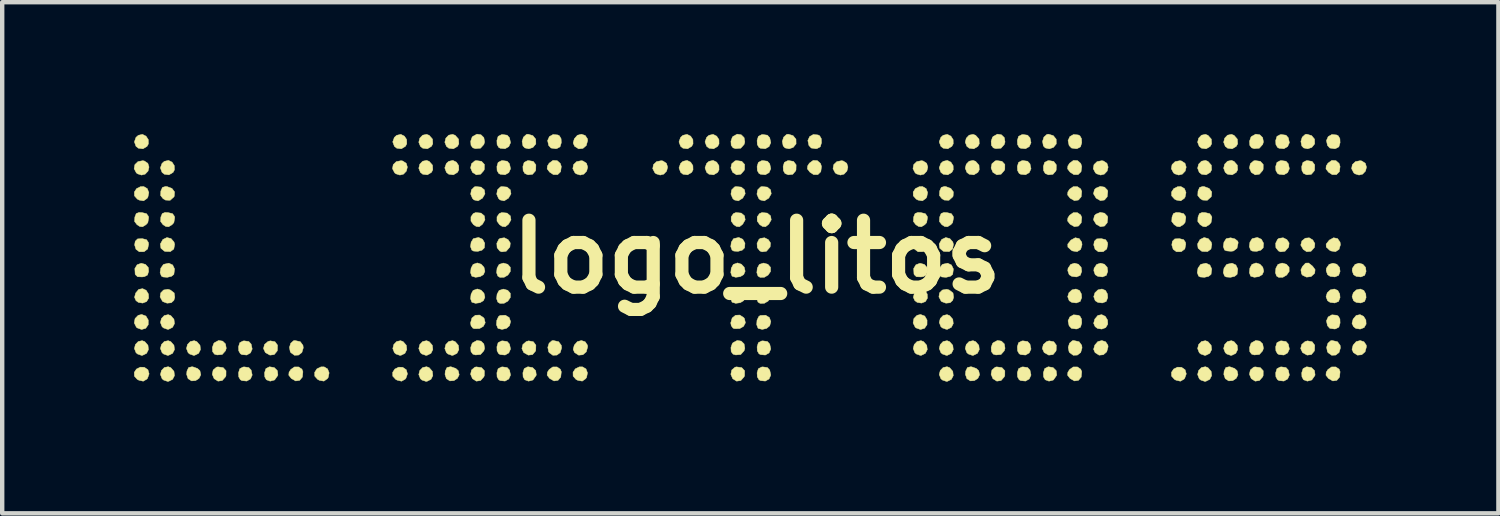
<source format=kicad_pcb>
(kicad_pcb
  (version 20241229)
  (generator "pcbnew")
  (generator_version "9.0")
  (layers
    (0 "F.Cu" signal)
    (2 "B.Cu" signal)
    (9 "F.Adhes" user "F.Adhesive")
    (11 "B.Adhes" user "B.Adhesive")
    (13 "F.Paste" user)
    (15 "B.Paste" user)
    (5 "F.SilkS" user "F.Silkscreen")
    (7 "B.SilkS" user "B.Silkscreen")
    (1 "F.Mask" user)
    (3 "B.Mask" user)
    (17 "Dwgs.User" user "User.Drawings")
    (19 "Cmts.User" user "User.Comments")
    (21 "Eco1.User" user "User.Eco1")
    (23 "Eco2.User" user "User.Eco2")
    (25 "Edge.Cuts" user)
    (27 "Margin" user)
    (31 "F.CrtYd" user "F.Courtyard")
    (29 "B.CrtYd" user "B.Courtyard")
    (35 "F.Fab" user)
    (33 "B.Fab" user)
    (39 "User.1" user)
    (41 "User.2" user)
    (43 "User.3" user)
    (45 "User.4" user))
  (footprint "logo_litos"
    (layer "F.Cu")
    (at 14.186 2.8)
    (property "Reference" "logo_litos" (at 0 0 0) (layer "F.SilkS") (effects (font (size 1.524 1.524) (thickness 0.3))))
    (attr through_hole)
    (fp_poly (pts (xy 12.663 -0.385) (xy 12.711 -0.302) (xy 12.702 -0.216) (xy 12.621 -0.126) (xy 12.525 -0.117) (xy 12.446 -0.169) (xy 12.389 -0.269) (xy 12.415 -0.363) (xy 12.492 -0.425) (xy 12.582 -0.434) (xy 12.663 -0.385)) (stroke (width 0.01) (type solid)) (fill yes) (layer "F.SilkS"))
    (fp_poly (pts (xy -13.913 1.348) (xy -13.859 1.439) (xy -13.86 1.545) (xy -13.917 1.627) (xy -14.01 1.654) (xy -14.11 1.618) (xy -14.131 1.6) (xy -14.178 1.505) (xy -14.16 1.405) (xy -14.089 1.332) (xy -14.009 1.312) (xy -13.913 1.348)) (stroke (width 0.01) (type solid)) (fill yes) (layer "F.SilkS"))
    (fp_poly (pts (xy -13.91 -2.749) (xy -13.858 -2.67) (xy -13.856 -2.574) (xy -13.887 -2.517) (xy -13.98 -2.461) (xy -14.085 -2.475) (xy -14.138 -2.517) (xy -14.175 -2.618) (xy -14.14 -2.72) (xy -14.086 -2.768) (xy -13.992 -2.79) (xy -13.91 -2.749)) (stroke (width 0.01) (type solid)) (fill yes) (layer "F.SilkS"))
    (fp_poly (pts (xy -13.907 0.762) (xy -13.855 0.847) (xy -13.85 0.94) (xy -13.897 1.018) (xy -13.986 1.053) (xy -14.084 1.037) (xy -14.139 0.996) (xy -14.172 0.921) (xy -14.146 0.824) (xy -14.076 0.741) (xy -13.988 0.724) (xy -13.907 0.762)) (stroke (width 0.01) (type solid)) (fill yes) (layer "F.SilkS"))
    (fp_poly (pts (xy -13.899 -0.391) (xy -13.858 -0.331) (xy -13.851 -0.289) (xy -13.873 -0.18) (xy -13.954 -0.118) (xy -14.063 -0.116) (xy -14.138 -0.171) (xy -14.17 -0.271) (xy -14.156 -0.356) (xy -14.102 -0.409) (xy -13.996 -0.415) (xy -13.899 -0.391)) (stroke (width 0.01) (type solid)) (fill yes) (layer "F.SilkS"))
    (fp_poly (pts (xy -13.317 -2.157) (xy -13.266 -2.077) (xy -13.263 -1.982) (xy -13.294 -1.924) (xy -13.388 -1.868) (xy -13.492 -1.882) (xy -13.545 -1.924) (xy -13.583 -2.026) (xy -13.547 -2.127) (xy -13.494 -2.175) (xy -13.399 -2.197) (xy -13.317 -2.157)) (stroke (width 0.01) (type solid)) (fill yes) (layer "F.SilkS"))
    (fp_poly (pts (xy -12.153 2.523) (xy -12.088 2.594) (xy -12.089 2.703) (xy -12.1 2.732) (xy -12.174 2.816) (xy -12.27 2.831) (xy -12.359 2.775) (xy -12.402 2.674) (xy -12.381 2.577) (xy -12.307 2.514) (xy -12.273 2.506) (xy -12.153 2.523)) (stroke (width 0.01) (type solid)) (fill yes) (layer "F.SilkS"))
    (fp_poly (pts (xy -10.435 2.507) (xy -10.359 2.559) (xy -10.337 2.616) (xy -10.349 2.737) (xy -10.411 2.812) (xy -10.502 2.826) (xy -10.601 2.77) (xy -10.659 2.695) (xy -10.653 2.628) (xy -10.613 2.565) (xy -10.53 2.507) (xy -10.435 2.507)) (stroke (width 0.01) (type solid)) (fill yes) (layer "F.SilkS"))
    (fp_poly (pts (xy -8.025 -2.749) (xy -7.974 -2.67) (xy -7.972 -2.574) (xy -8.003 -2.517) (xy -8.096 -2.461) (xy -8.2 -2.475) (xy -8.253 -2.517) (xy -8.291 -2.618) (xy -8.255 -2.72) (xy -8.202 -2.768) (xy -8.107 -2.79) (xy -8.025 -2.749)) (stroke (width 0.01) (type solid)) (fill yes) (layer "F.SilkS"))
    (fp_poly (pts (xy -7.461 -2.768) (xy -7.385 -2.681) (xy -7.379 -2.575) (xy -7.41 -2.517) (xy -7.503 -2.461) (xy -7.608 -2.475) (xy -7.661 -2.517) (xy -7.698 -2.611) (xy -7.675 -2.703) (xy -7.61 -2.771) (xy -7.521 -2.79) (xy -7.461 -2.768)) (stroke (width 0.01) (type solid)) (fill yes) (layer "F.SilkS"))
    (fp_poly (pts (xy -7.461 -2.175) (xy -7.385 -2.088) (xy -7.379 -1.983) (xy -7.41 -1.924) (xy -7.503 -1.868) (xy -7.608 -1.882) (xy -7.661 -1.924) (xy -7.698 -2.019) (xy -7.675 -2.111) (xy -7.61 -2.178) (xy -7.521 -2.197) (xy -7.461 -2.175)) (stroke (width 0.01) (type solid)) (fill yes) (layer "F.SilkS"))
    (fp_poly (pts (xy -6.869 -2.768) (xy -6.792 -2.681) (xy -6.786 -2.575) (xy -6.817 -2.517) (xy -6.911 -2.461) (xy -7.015 -2.475) (xy -7.068 -2.517) (xy -7.105 -2.611) (xy -7.082 -2.703) (xy -7.017 -2.771) (xy -6.928 -2.79) (xy -6.869 -2.768)) (stroke (width 0.01) (type solid)) (fill yes) (layer "F.SilkS"))
    (fp_poly (pts (xy -6.84 -2.157) (xy -6.789 -2.077) (xy -6.786 -1.982) (xy -6.817 -1.924) (xy -6.911 -1.868) (xy -7.015 -1.882) (xy -7.068 -1.924) (xy -7.106 -2.026) (xy -7.07 -2.127) (xy -7.017 -2.175) (xy -6.922 -2.197) (xy -6.84 -2.157)) (stroke (width 0.01) (type solid)) (fill yes) (layer "F.SilkS"))
    (fp_poly (pts (xy -6.28 -1.589) (xy -6.205 -1.527) (xy -6.191 -1.436) (xy -6.247 -1.337) (xy -6.348 -1.275) (xy -6.44 -1.297) (xy -6.475 -1.331) (xy -6.516 -1.429) (xy -6.499 -1.527) (xy -6.432 -1.593) (xy -6.401 -1.601) (xy -6.28 -1.589)) (stroke (width 0.01) (type solid)) (fill yes) (layer "F.SilkS"))
    (fp_poly (pts (xy -6.28 -0.997) (xy -6.205 -0.934) (xy -6.191 -0.843) (xy -6.247 -0.744) (xy -6.322 -0.686) (xy -6.389 -0.693) (xy -6.452 -0.733) (xy -6.51 -0.815) (xy -6.51 -0.911) (xy -6.458 -0.986) (xy -6.401 -1.009) (xy -6.28 -0.997)) (stroke (width 0.01) (type solid)) (fill yes) (layer "F.SilkS"))
    (fp_poly (pts (xy -6.269 -2.176) (xy -6.203 -2.105) (xy -6.205 -1.996) (xy -6.216 -1.967) (xy -6.29 -1.883) (xy -6.386 -1.868) (xy -6.475 -1.924) (xy -6.518 -2.025) (xy -6.497 -2.122) (xy -6.423 -2.185) (xy -6.389 -2.193) (xy -6.269 -2.176)) (stroke (width 0.01) (type solid)) (fill yes) (layer "F.SilkS"))
    (fp_poly (pts (xy -6.269 2.523) (xy -6.203 2.594) (xy -6.205 2.703) (xy -6.216 2.732) (xy -6.29 2.816) (xy -6.386 2.831) (xy -6.475 2.775) (xy -6.518 2.674) (xy -6.497 2.577) (xy -6.423 2.514) (xy -6.389 2.506) (xy -6.269 2.523)) (stroke (width 0.01) (type solid)) (fill yes) (layer "F.SilkS"))
    (fp_poly (pts (xy -5.687 -1.589) (xy -5.613 -1.527) (xy -5.598 -1.436) (xy -5.655 -1.337) (xy -5.755 -1.275) (xy -5.847 -1.297) (xy -5.882 -1.331) (xy -5.923 -1.429) (xy -5.906 -1.527) (xy -5.839 -1.593) (xy -5.808 -1.601) (xy -5.687 -1.589)) (stroke (width 0.01) (type solid)) (fill yes) (layer "F.SilkS"))
    (fp_poly (pts (xy -5.687 -0.997) (xy -5.613 -0.934) (xy -5.598 -0.843) (xy -5.655 -0.744) (xy -5.729 -0.686) (xy -5.797 -0.693) (xy -5.859 -0.733) (xy -5.917 -0.815) (xy -5.917 -0.911) (xy -5.865 -0.986) (xy -5.808 -1.009) (xy -5.687 -0.997)) (stroke (width 0.01) (type solid)) (fill yes) (layer "F.SilkS"))
    (fp_poly (pts (xy -4.55 2.507) (xy -4.475 2.559) (xy -4.452 2.616) (xy -4.465 2.737) (xy -4.527 2.812) (xy -4.618 2.826) (xy -4.717 2.77) (xy -4.775 2.695) (xy -4.768 2.628) (xy -4.728 2.565) (xy -4.646 2.507) (xy -4.55 2.507)) (stroke (width 0.01) (type solid)) (fill yes) (layer "F.SilkS"))
    (fp_poly (pts (xy -4.547 -2.192) (xy -4.474 -2.127) (xy -4.452 -2.058) (xy -4.468 -1.939) (xy -4.535 -1.873) (xy -4.631 -1.873) (xy -4.717 -1.929) (xy -4.775 -2.004) (xy -4.768 -2.071) (xy -4.728 -2.134) (xy -4.642 -2.197) (xy -4.547 -2.192)) (stroke (width 0.01) (type solid)) (fill yes) (layer "F.SilkS"))
    (fp_poly (pts (xy -1.506 -2.749) (xy -1.455 -2.67) (xy -1.452 -2.574) (xy -1.483 -2.517) (xy -1.577 -2.461) (xy -1.681 -2.475) (xy -1.734 -2.517) (xy -1.772 -2.618) (xy -1.736 -2.72) (xy -1.683 -2.768) (xy -1.588 -2.79) (xy -1.506 -2.749)) (stroke (width 0.01) (type solid)) (fill yes) (layer "F.SilkS"))
    (fp_poly (pts (xy -1.506 -2.157) (xy -1.455 -2.077) (xy -1.452 -1.982) (xy -1.483 -1.924) (xy -1.577 -1.868) (xy -1.681 -1.882) (xy -1.734 -1.924) (xy -1.772 -2.026) (xy -1.736 -2.127) (xy -1.683 -2.175) (xy -1.588 -2.197) (xy -1.506 -2.157)) (stroke (width 0.01) (type solid)) (fill yes) (layer "F.SilkS"))
    (fp_poly (pts (xy -0.913 -2.749) (xy -0.862 -2.67) (xy -0.86 -2.574) (xy -0.891 -2.517) (xy -0.984 -2.461) (xy -1.088 -2.475) (xy -1.141 -2.517) (xy -1.179 -2.618) (xy -1.143 -2.72) (xy -1.09 -2.768) (xy -0.995 -2.79) (xy -0.913 -2.749)) (stroke (width 0.01) (type solid)) (fill yes) (layer "F.SilkS"))
    (fp_poly (pts (xy -0.913 -2.157) (xy -0.862 -2.077) (xy -0.86 -1.982) (xy -0.891 -1.924) (xy -0.984 -1.868) (xy -1.088 -1.882) (xy -1.141 -1.924) (xy -1.179 -2.026) (xy -1.143 -2.127) (xy -1.09 -2.175) (xy -0.995 -2.197) (xy -0.913 -2.157)) (stroke (width 0.01) (type solid)) (fill yes) (layer "F.SilkS"))
    (fp_poly (pts (xy -0.353 -1.589) (xy -0.279 -1.527) (xy -0.264 -1.436) (xy -0.321 -1.337) (xy -0.421 -1.275) (xy -0.513 -1.297) (xy -0.548 -1.331) (xy -0.589 -1.429) (xy -0.572 -1.527) (xy -0.505 -1.593) (xy -0.474 -1.601) (xy -0.353 -1.589)) (stroke (width 0.01) (type solid)) (fill yes) (layer "F.SilkS"))
    (fp_poly (pts (xy -0.353 -0.997) (xy -0.279 -0.934) (xy -0.264 -0.843) (xy -0.321 -0.744) (xy -0.395 -0.686) (xy -0.463 -0.693) (xy -0.525 -0.733) (xy -0.583 -0.815) (xy -0.583 -0.911) (xy -0.531 -0.986) (xy -0.474 -1.009) (xy -0.353 -0.997)) (stroke (width 0.01) (type solid)) (fill yes) (layer "F.SilkS"))
    (fp_poly (pts (xy -0.342 -2.176) (xy -0.277 -2.105) (xy -0.278 -1.996) (xy -0.289 -1.967) (xy -0.363 -1.883) (xy -0.459 -1.868) (xy -0.548 -1.924) (xy -0.591 -2.025) (xy -0.57 -2.122) (xy -0.496 -2.185) (xy -0.462 -2.193) (xy -0.342 -2.176)) (stroke (width 0.01) (type solid)) (fill yes) (layer "F.SilkS"))
    (fp_poly (pts (xy -0.342 2.523) (xy -0.277 2.594) (xy -0.278 2.703) (xy -0.289 2.732) (xy -0.363 2.816) (xy -0.459 2.831) (xy -0.548 2.775) (xy -0.591 2.674) (xy -0.57 2.577) (xy -0.496 2.514) (xy -0.462 2.506) (xy -0.342 2.523)) (stroke (width 0.01) (type solid)) (fill yes) (layer "F.SilkS"))
    (fp_poly (pts (xy 0.24 -1.589) (xy 0.314 -1.527) (xy 0.329 -1.436) (xy 0.272 -1.337) (xy 0.172 -1.275) (xy 0.079 -1.297) (xy 0.044 -1.331) (xy 0.003 -1.429) (xy 0.021 -1.527) (xy 0.087 -1.593) (xy 0.119 -1.601) (xy 0.24 -1.589)) (stroke (width 0.01) (type solid)) (fill yes) (layer "F.SilkS"))
    (fp_poly (pts (xy 0.24 -0.997) (xy 0.314 -0.934) (xy 0.329 -0.843) (xy 0.272 -0.744) (xy 0.198 -0.686) (xy 0.13 -0.693) (xy 0.068 -0.733) (xy 0.01 -0.815) (xy 0.01 -0.911) (xy 0.062 -0.986) (xy 0.119 -1.009) (xy 0.24 -0.997)) (stroke (width 0.01) (type solid)) (fill yes) (layer "F.SilkS"))
    (fp_poly (pts (xy 1.379 -2.192) (xy 1.452 -2.127) (xy 1.474 -2.058) (xy 1.458 -1.939) (xy 1.391 -1.873) (xy 1.295 -1.873) (xy 1.21 -1.929) (xy 1.152 -2.004) (xy 1.158 -2.071) (xy 1.198 -2.134) (xy 1.285 -2.197) (xy 1.379 -2.192)) (stroke (width 0.01) (type solid)) (fill yes) (layer "F.SilkS"))
    (fp_poly (pts (xy 3.825 1.348) (xy 3.878 1.439) (xy 3.877 1.545) (xy 3.821 1.627) (xy 3.727 1.654) (xy 3.628 1.618) (xy 3.607 1.6) (xy 3.56 1.505) (xy 3.578 1.405) (xy 3.649 1.332) (xy 3.729 1.312) (xy 3.825 1.348)) (stroke (width 0.01) (type solid)) (fill yes) (layer "F.SilkS"))
    (fp_poly (pts (xy 3.831 0.762) (xy 3.882 0.847) (xy 3.887 0.94) (xy 3.841 1.018) (xy 3.752 1.053) (xy 3.654 1.037) (xy 3.599 0.996) (xy 3.565 0.921) (xy 3.591 0.824) (xy 3.662 0.741) (xy 3.749 0.724) (xy 3.831 0.762)) (stroke (width 0.01) (type solid)) (fill yes) (layer "F.SilkS"))
    (fp_poly (pts (xy 3.838 -0.391) (xy 3.879 -0.331) (xy 3.887 -0.289) (xy 3.865 -0.18) (xy 3.784 -0.118) (xy 3.674 -0.116) (xy 3.599 -0.171) (xy 3.568 -0.271) (xy 3.582 -0.356) (xy 3.636 -0.409) (xy 3.741 -0.415) (xy 3.838 -0.391)) (stroke (width 0.01) (type solid)) (fill yes) (layer "F.SilkS"))
    (fp_poly (pts (xy 4.421 -2.749) (xy 4.472 -2.67) (xy 4.474 -2.574) (xy 4.443 -2.517) (xy 4.35 -2.461) (xy 4.246 -2.475) (xy 4.193 -2.517) (xy 4.155 -2.618) (xy 4.191 -2.72) (xy 4.244 -2.768) (xy 4.339 -2.79) (xy 4.421 -2.749)) (stroke (width 0.01) (type solid)) (fill yes) (layer "F.SilkS"))
    (fp_poly (pts (xy 4.421 -2.157) (xy 4.472 -2.077) (xy 4.474 -1.982) (xy 4.443 -1.924) (xy 4.35 -1.868) (xy 4.246 -1.882) (xy 4.193 -1.924) (xy 4.155 -2.026) (xy 4.191 -2.127) (xy 4.244 -2.175) (xy 4.339 -2.197) (xy 4.421 -2.157)) (stroke (width 0.01) (type solid)) (fill yes) (layer "F.SilkS"))
    (fp_poly (pts (xy 4.985 -2.768) (xy 5.061 -2.681) (xy 5.067 -2.575) (xy 5.036 -2.517) (xy 4.943 -2.461) (xy 4.838 -2.475) (xy 4.785 -2.517) (xy 4.748 -2.611) (xy 4.771 -2.703) (xy 4.836 -2.771) (xy 4.925 -2.79) (xy 4.985 -2.768)) (stroke (width 0.01) (type solid)) (fill yes) (layer "F.SilkS"))
    (fp_poly (pts (xy 4.985 -2.175) (xy 5.061 -2.088) (xy 5.067 -1.983) (xy 5.036 -1.924) (xy 4.943 -1.868) (xy 4.838 -1.882) (xy 4.785 -1.924) (xy 4.748 -2.019) (xy 4.771 -2.111) (xy 4.836 -2.178) (xy 4.925 -2.197) (xy 4.985 -2.175)) (stroke (width 0.01) (type solid)) (fill yes) (layer "F.SilkS"))
    (fp_poly (pts (xy 5.584 -2.176) (xy 5.65 -2.105) (xy 5.649 -1.996) (xy 5.637 -1.967) (xy 5.564 -1.883) (xy 5.468 -1.868) (xy 5.378 -1.924) (xy 5.336 -2.025) (xy 5.356 -2.122) (xy 5.43 -2.185) (xy 5.465 -2.193) (xy 5.584 -2.176)) (stroke (width 0.01) (type solid)) (fill yes) (layer "F.SilkS"))
    (fp_poly (pts (xy 5.584 2.523) (xy 5.65 2.594) (xy 5.649 2.703) (xy 5.637 2.732) (xy 5.564 2.816) (xy 5.468 2.831) (xy 5.378 2.775) (xy 5.336 2.674) (xy 5.356 2.577) (xy 5.43 2.514) (xy 5.465 2.506) (xy 5.584 2.523)) (stroke (width 0.01) (type solid)) (fill yes) (layer "F.SilkS"))
    (fp_poly (pts (xy 7.303 -1.599) (xy 7.378 -1.547) (xy 7.401 -1.49) (xy 7.389 -1.369) (xy 7.327 -1.295) (xy 7.235 -1.28) (xy 7.136 -1.337) (xy 7.078 -1.411) (xy 7.085 -1.479) (xy 7.125 -1.541) (xy 7.208 -1.599) (xy 7.303 -1.599)) (stroke (width 0.01) (type solid)) (fill yes) (layer "F.SilkS"))
    (fp_poly (pts (xy 7.303 -1.006) (xy 7.378 -0.954) (xy 7.401 -0.897) (xy 7.389 -0.776) (xy 7.327 -0.702) (xy 7.235 -0.687) (xy 7.136 -0.744) (xy 7.078 -0.818) (xy 7.085 -0.886) (xy 7.125 -0.948) (xy 7.208 -1.006) (xy 7.303 -1.006)) (stroke (width 0.01) (type solid)) (fill yes) (layer "F.SilkS"))
    (fp_poly (pts (xy 7.303 2.507) (xy 7.378 2.559) (xy 7.401 2.616) (xy 7.389 2.737) (xy 7.327 2.812) (xy 7.235 2.826) (xy 7.136 2.77) (xy 7.078 2.695) (xy 7.085 2.628) (xy 7.125 2.565) (xy 7.208 2.507) (xy 7.303 2.507)) (stroke (width 0.01) (type solid)) (fill yes) (layer "F.SilkS"))
    (fp_poly (pts (xy 7.306 -2.192) (xy 7.379 -2.127) (xy 7.401 -2.058) (xy 7.385 -1.939) (xy 7.318 -1.873) (xy 7.222 -1.873) (xy 7.136 -1.929) (xy 7.078 -2.004) (xy 7.085 -2.071) (xy 7.125 -2.134) (xy 7.212 -2.197) (xy 7.306 -2.192)) (stroke (width 0.01) (type solid)) (fill yes) (layer "F.SilkS"))
    (fp_poly (pts (xy 7.349 0.765) (xy 7.393 0.845) (xy 7.4 0.928) (xy 7.366 1.016) (xy 7.278 1.05) (xy 7.175 1.037) (xy 7.115 0.999) (xy 7.081 0.907) (xy 7.109 0.817) (xy 7.179 0.752) (xy 7.269 0.732) (xy 7.349 0.765)) (stroke (width 0.01) (type solid)) (fill yes) (layer "F.SilkS"))
    (fp_poly (pts (xy 7.92 -1.588) (xy 7.985 -1.521) (xy 7.994 -1.49) (xy 7.981 -1.369) (xy 7.919 -1.295) (xy 7.828 -1.28) (xy 7.729 -1.337) (xy 7.668 -1.437) (xy 7.69 -1.529) (xy 7.724 -1.564) (xy 7.822 -1.605) (xy 7.92 -1.588)) (stroke (width 0.01) (type solid)) (fill yes) (layer "F.SilkS"))
    (fp_poly (pts (xy 7.92 -0.995) (xy 7.985 -0.929) (xy 7.994 -0.897) (xy 7.981 -0.776) (xy 7.919 -0.702) (xy 7.828 -0.687) (xy 7.729 -0.744) (xy 7.668 -0.844) (xy 7.69 -0.937) (xy 7.724 -0.972) (xy 7.822 -1.013) (xy 7.92 -0.995)) (stroke (width 0.01) (type solid)) (fill yes) (layer "F.SilkS"))
    (fp_poly (pts (xy 7.937 1.355) (xy 7.989 1.44) (xy 7.994 1.532) (xy 7.947 1.611) (xy 7.858 1.645) (xy 7.76 1.63) (xy 7.705 1.588) (xy 7.672 1.514) (xy 7.698 1.417) (xy 7.768 1.334) (xy 7.856 1.316) (xy 7.937 1.355)) (stroke (width 0.01) (type solid)) (fill yes) (layer "F.SilkS"))
    (fp_poly (pts (xy 7.942 0.765) (xy 7.986 0.845) (xy 7.993 0.928) (xy 7.958 1.016) (xy 7.87 1.05) (xy 7.768 1.037) (xy 7.708 0.999) (xy 7.674 0.907) (xy 7.702 0.817) (xy 7.771 0.752) (xy 7.862 0.732) (xy 7.942 0.765)) (stroke (width 0.01) (type solid)) (fill yes) (layer "F.SilkS"))
    (fp_poly (pts (xy 7.945 -0.391) (xy 7.986 -0.331) (xy 7.993 -0.289) (xy 7.971 -0.18) (xy 7.89 -0.118) (xy 7.781 -0.116) (xy 7.706 -0.171) (xy 7.674 -0.271) (xy 7.688 -0.356) (xy 7.742 -0.409) (xy 7.848 -0.415) (xy 7.945 -0.391)) (stroke (width 0.01) (type solid)) (fill yes) (layer "F.SilkS"))
    (fp_poly (pts (xy 9.723 -0.391) (xy 9.764 -0.331) (xy 9.771 -0.289) (xy 9.749 -0.18) (xy 9.668 -0.118) (xy 9.559 -0.116) (xy 9.484 -0.171) (xy 9.452 -0.271) (xy 9.466 -0.356) (xy 9.52 -0.409) (xy 9.626 -0.415) (xy 9.723 -0.391)) (stroke (width 0.01) (type solid)) (fill yes) (layer "F.SilkS"))
    (fp_poly (pts (xy 10.276 -2.768) (xy 10.353 -2.681) (xy 10.359 -2.575) (xy 10.328 -2.517) (xy 10.234 -2.461) (xy 10.13 -2.475) (xy 10.077 -2.517) (xy 10.04 -2.611) (xy 10.063 -2.703) (xy 10.128 -2.771) (xy 10.217 -2.79) (xy 10.276 -2.768)) (stroke (width 0.01) (type solid)) (fill yes) (layer "F.SilkS"))
    (fp_poly (pts (xy 10.276 -2.175) (xy 10.353 -2.088) (xy 10.359 -1.983) (xy 10.328 -1.924) (xy 10.234 -1.868) (xy 10.13 -1.882) (xy 10.077 -1.924) (xy 10.04 -2.019) (xy 10.063 -2.111) (xy 10.128 -2.178) (xy 10.217 -2.197) (xy 10.276 -2.175)) (stroke (width 0.01) (type solid)) (fill yes) (layer "F.SilkS"))
    (fp_poly (pts (xy 10.869 -2.768) (xy 10.945 -2.681) (xy 10.952 -2.575) (xy 10.92 -2.517) (xy 10.827 -2.461) (xy 10.723 -2.475) (xy 10.67 -2.517) (xy 10.633 -2.611) (xy 10.656 -2.703) (xy 10.721 -2.771) (xy 10.81 -2.79) (xy 10.869 -2.768)) (stroke (width 0.01) (type solid)) (fill yes) (layer "F.SilkS"))
    (fp_poly (pts (xy 10.869 -2.175) (xy 10.945 -2.088) (xy 10.952 -1.983) (xy 10.92 -1.924) (xy 10.827 -1.868) (xy 10.723 -1.882) (xy 10.67 -1.924) (xy 10.633 -2.019) (xy 10.656 -2.111) (xy 10.721 -2.178) (xy 10.81 -2.197) (xy 10.869 -2.175)) (stroke (width 0.01) (type solid)) (fill yes) (layer "F.SilkS"))
    (fp_poly (pts (xy 11.469 -2.176) (xy 11.534 -2.105) (xy 11.533 -1.996) (xy 11.522 -1.967) (xy 11.448 -1.883) (xy 11.352 -1.868) (xy 11.263 -1.924) (xy 11.22 -2.025) (xy 11.241 -2.122) (xy 11.315 -2.185) (xy 11.349 -2.193) (xy 11.469 -2.176)) (stroke (width 0.01) (type solid)) (fill yes) (layer "F.SilkS"))
    (fp_poly (pts (xy 11.469 2.523) (xy 11.534 2.594) (xy 11.533 2.703) (xy 11.522 2.732) (xy 11.448 2.816) (xy 11.352 2.831) (xy 11.263 2.775) (xy 11.22 2.674) (xy 11.241 2.577) (xy 11.315 2.514) (xy 11.349 2.506) (xy 11.469 2.523)) (stroke (width 0.01) (type solid)) (fill yes) (layer "F.SilkS"))
    (fp_poly (pts (xy 13.187 2.507) (xy 13.263 2.559) (xy 13.285 2.616) (xy 13.273 2.737) (xy 13.211 2.812) (xy 13.12 2.826) (xy 13.021 2.77) (xy 12.963 2.695) (xy 12.969 2.628) (xy 13.009 2.565) (xy 13.092 2.507) (xy 13.187 2.507)) (stroke (width 0.01) (type solid)) (fill yes) (layer "F.SilkS"))
    (fp_poly (pts (xy 13.19 -2.192) (xy 13.263 -2.127) (xy 13.285 -2.058) (xy 13.269 -1.939) (xy 13.202 -1.873) (xy 13.106 -1.873) (xy 13.021 -1.929) (xy 12.963 -2.004) (xy 12.969 -2.071) (xy 13.009 -2.134) (xy 13.096 -2.197) (xy 13.19 -2.192)) (stroke (width 0.01) (type solid)) (fill yes) (layer "F.SilkS"))
    (fp_poly (pts (xy 13.233 0.765) (xy 13.277 0.845) (xy 13.284 0.928) (xy 13.25 1.016) (xy 13.162 1.05) (xy 13.059 1.037) (xy 13 0.999) (xy 12.965 0.907) (xy 12.993 0.817) (xy 13.063 0.752) (xy 13.154 0.732) (xy 13.233 0.765)) (stroke (width 0.01) (type solid)) (fill yes) (layer "F.SilkS"))
    (fp_poly (pts (xy 13.821 1.355) (xy 13.873 1.44) (xy 13.878 1.532) (xy 13.832 1.611) (xy 13.743 1.645) (xy 13.644 1.63) (xy 13.59 1.588) (xy 13.556 1.514) (xy 13.582 1.417) (xy 13.652 1.334) (xy 13.74 1.316) (xy 13.821 1.355)) (stroke (width 0.01) (type solid)) (fill yes) (layer "F.SilkS"))
    (fp_poly (pts (xy 13.826 0.765) (xy 13.87 0.845) (xy 13.877 0.928) (xy 13.843 1.016) (xy 13.755 1.05) (xy 13.652 1.037) (xy 13.592 0.999) (xy 13.558 0.907) (xy 13.586 0.817) (xy 13.656 0.752) (xy 13.746 0.732) (xy 13.826 0.765)) (stroke (width 0.01) (type solid)) (fill yes) (layer "F.SilkS"))
    (fp_poly (pts (xy -13.949 -2.184) (xy -13.869 -2.131) (xy -13.842 -2.045) (xy -13.864 -1.954) (xy -13.93 -1.884) (xy -14.012 -1.863) (xy -14.101 -1.891) (xy -14.131 -1.913) (xy -14.181 -2.009) (xy -14.164 -2.101) (xy -14.094 -2.169) (xy -13.987 -2.19) (xy -13.949 -2.184)) (stroke (width 0.01) (type solid)) (fill yes) (layer "F.SilkS"))
    (fp_poly (pts (xy -13.949 2.515) (xy -13.867 2.571) (xy -13.84 2.665) (xy -13.876 2.765) (xy -13.894 2.786) (xy -13.974 2.832) (xy -14.073 2.809) (xy -14.108 2.791) (xy -14.175 2.717) (xy -14.178 2.631) (xy -14.128 2.555) (xy -14.039 2.512) (xy -13.949 2.515)) (stroke (width 0.01) (type solid)) (fill yes) (layer "F.SilkS"))
    (fp_poly (pts (xy -13.938 1.931) (xy -13.866 2.014) (xy -13.855 2.112) (xy -13.898 2.198) (xy -13.989 2.242) (xy -14.012 2.244) (xy -14.102 2.213) (xy -14.138 2.182) (xy -14.175 2.088) (xy -14.152 1.996) (xy -14.087 1.928) (xy -13.998 1.909) (xy -13.938 1.931)) (stroke (width 0.01) (type solid)) (fill yes) (layer "F.SilkS"))
    (fp_poly (pts (xy -13.922 0.172) (xy -13.857 0.245) (xy -13.851 0.331) (xy -13.877 0.414) (xy -13.946 0.45) (xy -13.998 0.457) (xy -14.102 0.453) (xy -14.152 0.405) (xy -14.158 0.389) (xy -14.165 0.266) (xy -14.113 0.18) (xy -14.02 0.146) (xy -13.922 0.172)) (stroke (width 0.01) (type solid)) (fill yes) (layer "F.SilkS"))
    (fp_poly (pts (xy -13.881 -1.554) (xy -13.846 -1.464) (xy -13.867 -1.362) (xy -13.887 -1.331) (xy -13.966 -1.276) (xy -14.064 -1.293) (xy -14.108 -1.316) (xy -14.174 -1.39) (xy -14.176 -1.477) (xy -14.125 -1.555) (xy -14.033 -1.6) (xy -13.962 -1.601) (xy -13.881 -1.554)) (stroke (width 0.01) (type solid)) (fill yes) (layer "F.SilkS"))
    (fp_poly (pts (xy -13.433 -1.601) (xy -13.32 -1.559) (xy -13.26 -1.479) (xy -13.267 -1.382) (xy -13.276 -1.365) (xy -13.362 -1.288) (xy -13.466 -1.293) (xy -13.522 -1.326) (xy -13.578 -1.397) (xy -13.573 -1.499) (xy -13.536 -1.582) (xy -13.465 -1.603) (xy -13.433 -1.601)) (stroke (width 0.01) (type solid)) (fill yes) (layer "F.SilkS"))
    (fp_poly (pts (xy -13.355 0.755) (xy -13.269 0.822) (xy -13.255 0.919) (xy -13.276 0.991) (xy -13.335 1.045) (xy -13.43 1.055) (xy -13.522 1.021) (xy -13.538 1.008) (xy -13.59 0.912) (xy -13.575 0.82) (xy -13.511 0.755) (xy -13.412 0.738) (xy -13.355 0.755)) (stroke (width 0.01) (type solid)) (fill yes) (layer "F.SilkS"))
    (fp_poly (pts (xy -13.346 1.338) (xy -13.274 1.421) (xy -13.262 1.52) (xy -13.306 1.605) (xy -13.396 1.65) (xy -13.42 1.651) (xy -13.509 1.62) (xy -13.545 1.59) (xy -13.582 1.495) (xy -13.559 1.403) (xy -13.494 1.336) (xy -13.405 1.316) (xy -13.346 1.338)) (stroke (width 0.01) (type solid)) (fill yes) (layer "F.SilkS"))
    (fp_poly (pts (xy -13.346 1.931) (xy -13.274 2.014) (xy -13.262 2.112) (xy -13.306 2.198) (xy -13.396 2.242) (xy -13.42 2.244) (xy -13.509 2.213) (xy -13.545 2.182) (xy -13.582 2.088) (xy -13.559 1.996) (xy -13.494 1.928) (xy -13.405 1.909) (xy -13.346 1.931)) (stroke (width 0.01) (type solid)) (fill yes) (layer "F.SilkS"))
    (fp_poly (pts (xy -13.346 2.524) (xy -13.274 2.607) (xy -13.262 2.705) (xy -13.306 2.79) (xy -13.396 2.835) (xy -13.42 2.836) (xy -13.509 2.806) (xy -13.545 2.775) (xy -13.582 2.68) (xy -13.559 2.588) (xy -13.494 2.521) (xy -13.405 2.502) (xy -13.346 2.524)) (stroke (width 0.01) (type solid)) (fill yes) (layer "F.SilkS"))
    (fp_poly (pts (xy -13.34 -0.416) (xy -13.273 -0.338) (xy -13.258 -0.284) (xy -13.278 -0.178) (xy -13.356 -0.12) (xy -13.472 -0.123) (xy -13.494 -0.131) (xy -13.571 -0.196) (xy -13.584 -0.293) (xy -13.528 -0.394) (xy -13.524 -0.397) (xy -13.434 -0.44) (xy -13.34 -0.416)) (stroke (width 0.01) (type solid)) (fill yes) (layer "F.SilkS"))
    (fp_poly (pts (xy -13.303 0.185) (xy -13.26 0.276) (xy -13.276 0.399) (xy -13.332 0.444) (xy -13.428 0.466) (xy -13.523 0.458) (xy -13.561 0.437) (xy -13.59 0.357) (xy -13.573 0.256) (xy -13.517 0.177) (xy -13.504 0.169) (xy -13.391 0.144) (xy -13.303 0.185)) (stroke (width 0.01) (type solid)) (fill yes) (layer "F.SilkS"))
    (fp_poly (pts (xy -12.84 2.506) (xy -12.739 2.542) (xy -12.683 2.593) (xy -12.663 2.686) (xy -12.703 2.767) (xy -12.781 2.818) (xy -12.873 2.825) (xy -12.952 2.775) (xy -12.985 2.678) (xy -12.978 2.601) (xy -12.94 2.521) (xy -12.864 2.503) (xy -12.84 2.506)) (stroke (width 0.01) (type solid)) (fill yes) (layer "F.SilkS"))
    (fp_poly (pts (xy -12.753 1.931) (xy -12.681 2.014) (xy -12.67 2.112) (xy -12.713 2.198) (xy -12.803 2.242) (xy -12.827 2.244) (xy -12.916 2.213) (xy -12.952 2.182) (xy -12.989 2.088) (xy -12.966 1.996) (xy -12.901 1.928) (xy -12.812 1.909) (xy -12.753 1.931)) (stroke (width 0.01) (type solid)) (fill yes) (layer "F.SilkS"))
    (fp_poly (pts (xy -12.165 1.919) (xy -12.1 1.983) (xy -12.083 2.082) (xy -12.1 2.139) (xy -12.176 2.224) (xy -12.291 2.234) (xy -12.351 2.216) (xy -12.394 2.159) (xy -12.4 2.066) (xy -12.369 1.976) (xy -12.353 1.956) (xy -12.257 1.904) (xy -12.165 1.919)) (stroke (width 0.01) (type solid)) (fill yes) (layer "F.SilkS"))
    (fp_poly (pts (xy -11.569 1.928) (xy -11.516 1.987) (xy -11.492 2.099) (xy -11.532 2.188) (xy -11.617 2.236) (xy -11.725 2.226) (xy -11.761 2.207) (xy -11.799 2.141) (xy -11.804 2.049) (xy -11.775 1.955) (xy -11.703 1.917) (xy -11.676 1.913) (xy -11.569 1.928)) (stroke (width 0.01) (type solid)) (fill yes) (layer "F.SilkS"))
    (fp_poly (pts (xy -11.569 2.521) (xy -11.516 2.58) (xy -11.492 2.692) (xy -11.532 2.781) (xy -11.617 2.829) (xy -11.725 2.818) (xy -11.761 2.799) (xy -11.799 2.733) (xy -11.804 2.641) (xy -11.775 2.548) (xy -11.703 2.51) (xy -11.676 2.506) (xy -11.569 2.521)) (stroke (width 0.01) (type solid)) (fill yes) (layer "F.SilkS"))
    (fp_poly (pts (xy -10.989 2.522) (xy -10.919 2.592) (xy -10.907 2.688) (xy -10.911 2.703) (xy -10.982 2.804) (xy -11.083 2.831) (xy -11.169 2.799) (xy -11.206 2.733) (xy -11.211 2.641) (xy -11.18 2.545) (xy -11.104 2.506) (xy -11.094 2.504) (xy -10.989 2.522)) (stroke (width 0.01) (type solid)) (fill yes) (layer "F.SilkS"))
    (fp_poly (pts (xy -10.973 1.933) (xy -10.915 2.011) (xy -10.918 2.127) (xy -10.926 2.148) (xy -10.991 2.226) (xy -11.088 2.238) (xy -11.189 2.182) (xy -11.192 2.179) (xy -11.235 2.088) (xy -11.211 1.995) (xy -11.133 1.928) (xy -11.079 1.913) (xy -10.973 1.933)) (stroke (width 0.01) (type solid)) (fill yes) (layer "F.SilkS"))
    (fp_poly (pts (xy -10.397 1.932) (xy -10.336 2.015) (xy -10.329 2.074) (xy -10.361 2.179) (xy -10.437 2.237) (xy -10.529 2.241) (xy -10.611 2.182) (xy -10.626 2.159) (xy -10.644 2.061) (xy -10.614 1.966) (xy -10.55 1.91) (xy -10.522 1.905) (xy -10.397 1.932)) (stroke (width 0.01) (type solid)) (fill yes) (layer "F.SilkS"))
    (fp_poly (pts (xy -9.775 2.552) (xy -9.74 2.642) (xy -9.76 2.744) (xy -9.781 2.775) (xy -9.859 2.83) (xy -9.958 2.813) (xy -10.001 2.791) (xy -10.068 2.716) (xy -10.069 2.629) (xy -10.018 2.551) (xy -9.926 2.506) (xy -9.855 2.505) (xy -9.775 2.552)) (stroke (width 0.01) (type solid)) (fill yes) (layer "F.SilkS"))
    (fp_poly (pts (xy -8.065 -2.184) (xy -7.984 -2.131) (xy -7.958 -2.045) (xy -7.98 -1.954) (xy -8.046 -1.884) (xy -8.128 -1.863) (xy -8.217 -1.891) (xy -8.247 -1.913) (xy -8.297 -2.009) (xy -8.28 -2.101) (xy -8.21 -2.169) (xy -8.103 -2.19) (xy -8.065 -2.184)) (stroke (width 0.01) (type solid)) (fill yes) (layer "F.SilkS"))
    (fp_poly (pts (xy -8.065 2.515) (xy -7.983 2.571) (xy -7.956 2.665) (xy -7.991 2.765) (xy -8.009 2.786) (xy -8.09 2.832) (xy -8.188 2.809) (xy -8.223 2.791) (xy -8.291 2.717) (xy -8.293 2.631) (xy -8.244 2.555) (xy -8.155 2.512) (xy -8.065 2.515)) (stroke (width 0.01) (type solid)) (fill yes) (layer "F.SilkS"))
    (fp_poly (pts (xy -8.054 1.931) (xy -7.982 2.014) (xy -7.971 2.112) (xy -8.014 2.198) (xy -8.104 2.242) (xy -8.128 2.244) (xy -8.217 2.213) (xy -8.253 2.182) (xy -8.29 2.088) (xy -8.267 1.996) (xy -8.202 1.928) (xy -8.113 1.909) (xy -8.054 1.931)) (stroke (width 0.01) (type solid)) (fill yes) (layer "F.SilkS"))
    (fp_poly (pts (xy -7.461 1.931) (xy -7.389 2.014) (xy -7.378 2.112) (xy -7.421 2.198) (xy -7.512 2.242) (xy -7.535 2.244) (xy -7.625 2.213) (xy -7.661 2.182) (xy -7.698 2.088) (xy -7.675 1.996) (xy -7.61 1.928) (xy -7.521 1.909) (xy -7.461 1.931)) (stroke (width 0.01) (type solid)) (fill yes) (layer "F.SilkS"))
    (fp_poly (pts (xy -7.461 2.524) (xy -7.389 2.607) (xy -7.378 2.705) (xy -7.421 2.79) (xy -7.512 2.835) (xy -7.535 2.836) (xy -7.625 2.806) (xy -7.661 2.775) (xy -7.698 2.68) (xy -7.675 2.588) (xy -7.61 2.521) (xy -7.521 2.502) (xy -7.461 2.524)) (stroke (width 0.01) (type solid)) (fill yes) (layer "F.SilkS"))
    (fp_poly (pts (xy -6.956 2.506) (xy -6.854 2.542) (xy -6.799 2.593) (xy -6.778 2.686) (xy -6.819 2.767) (xy -6.897 2.818) (xy -6.989 2.825) (xy -7.068 2.775) (xy -7.101 2.678) (xy -7.094 2.601) (xy -7.056 2.521) (xy -6.98 2.503) (xy -6.956 2.506)) (stroke (width 0.01) (type solid)) (fill yes) (layer "F.SilkS"))
    (fp_poly (pts (xy -6.869 1.931) (xy -6.797 2.014) (xy -6.785 2.112) (xy -6.829 2.198) (xy -6.919 2.242) (xy -6.943 2.244) (xy -7.032 2.213) (xy -7.068 2.182) (xy -7.105 2.088) (xy -7.082 1.996) (xy -7.017 1.928) (xy -6.928 1.909) (xy -6.869 1.931)) (stroke (width 0.01) (type solid)) (fill yes) (layer "F.SilkS"))
    (fp_poly (pts (xy -6.281 -2.78) (xy -6.216 -2.716) (xy -6.199 -2.617) (xy -6.216 -2.56) (xy -6.292 -2.475) (xy -6.406 -2.465) (xy -6.466 -2.483) (xy -6.509 -2.54) (xy -6.516 -2.633) (xy -6.485 -2.723) (xy -6.469 -2.743) (xy -6.373 -2.795) (xy -6.281 -2.78)) (stroke (width 0.01) (type solid)) (fill yes) (layer "F.SilkS"))
    (fp_poly (pts (xy -6.281 1.919) (xy -6.216 1.983) (xy -6.199 2.082) (xy -6.216 2.139) (xy -6.292 2.224) (xy -6.406 2.234) (xy -6.466 2.216) (xy -6.509 2.159) (xy -6.516 2.066) (xy -6.485 1.976) (xy -6.469 1.956) (xy -6.373 1.904) (xy -6.281 1.919)) (stroke (width 0.01) (type solid)) (fill yes) (layer "F.SilkS"))
    (fp_poly (pts (xy -6.245 -0.401) (xy -6.196 -0.311) (xy -6.204 -0.206) (xy -6.259 -0.152) (xy -6.355 -0.125) (xy -6.451 -0.132) (xy -6.491 -0.155) (xy -6.52 -0.234) (xy -6.506 -0.334) (xy -6.459 -0.41) (xy -6.45 -0.416) (xy -6.337 -0.442) (xy -6.245 -0.401)) (stroke (width 0.01) (type solid)) (fill yes) (layer "F.SilkS"))
    (fp_poly (pts (xy -6.223 1.385) (xy -6.207 1.408) (xy -6.185 1.502) (xy -6.228 1.583) (xy -6.316 1.633) (xy -6.427 1.636) (xy -6.466 1.624) (xy -6.508 1.569) (xy -6.519 1.504) (xy -6.488 1.393) (xy -6.41 1.33) (xy -6.313 1.325) (xy -6.223 1.385)) (stroke (width 0.01) (type solid)) (fill yes) (layer "F.SilkS"))
    (fp_poly (pts (xy -5.685 -2.771) (xy -5.632 -2.712) (xy -5.608 -2.6) (xy -5.648 -2.511) (xy -5.733 -2.463) (xy -5.841 -2.473) (xy -5.877 -2.492) (xy -5.915 -2.558) (xy -5.919 -2.65) (xy -5.891 -2.744) (xy -5.818 -2.782) (xy -5.792 -2.786) (xy -5.685 -2.771)) (stroke (width 0.01) (type solid)) (fill yes) (layer "F.SilkS"))
    (fp_poly (pts (xy -5.685 -2.178) (xy -5.632 -2.119) (xy -5.608 -2.007) (xy -5.648 -1.918) (xy -5.733 -1.87) (xy -5.841 -1.881) (xy -5.877 -1.9) (xy -5.915 -1.966) (xy -5.919 -2.058) (xy -5.891 -2.151) (xy -5.818 -2.189) (xy -5.792 -2.193) (xy -5.685 -2.178)) (stroke (width 0.01) (type solid)) (fill yes) (layer "F.SilkS"))
    (fp_poly (pts (xy -5.685 1.928) (xy -5.632 1.987) (xy -5.608 2.099) (xy -5.648 2.188) (xy -5.733 2.236) (xy -5.841 2.226) (xy -5.877 2.207) (xy -5.915 2.141) (xy -5.919 2.049) (xy -5.891 1.955) (xy -5.818 1.917) (xy -5.792 1.913) (xy -5.685 1.928)) (stroke (width 0.01) (type solid)) (fill yes) (layer "F.SilkS"))
    (fp_poly (pts (xy -5.685 2.521) (xy -5.632 2.58) (xy -5.608 2.692) (xy -5.648 2.781) (xy -5.733 2.829) (xy -5.841 2.818) (xy -5.877 2.799) (xy -5.915 2.733) (xy -5.919 2.641) (xy -5.891 2.548) (xy -5.818 2.51) (xy -5.792 2.506) (xy -5.685 2.521)) (stroke (width 0.01) (type solid)) (fill yes) (layer "F.SilkS"))
    (fp_poly (pts (xy -5.673 0.169) (xy -5.613 0.238) (xy -5.613 0.333) (xy -5.669 0.415) (xy -5.757 0.466) (xy -5.85 0.467) (xy -5.898 0.437) (xy -5.926 0.36) (xy -5.915 0.257) (xy -5.87 0.175) (xy -5.865 0.171) (xy -5.772 0.141) (xy -5.673 0.169)) (stroke (width 0.01) (type solid)) (fill yes) (layer "F.SilkS"))
    (fp_poly (pts (xy -5.673 0.762) (xy -5.613 0.83) (xy -5.613 0.926) (xy -5.669 1.008) (xy -5.757 1.058) (xy -5.85 1.06) (xy -5.898 1.03) (xy -5.926 0.953) (xy -5.915 0.85) (xy -5.87 0.768) (xy -5.865 0.764) (xy -5.772 0.734) (xy -5.673 0.762)) (stroke (width 0.01) (type solid)) (fill yes) (layer "F.SilkS"))
    (fp_poly (pts (xy -5.665 -0.393) (xy -5.614 -0.316) (xy -5.623 -0.226) (xy -5.624 -0.224) (xy -5.707 -0.128) (xy -5.807 -0.114) (xy -5.855 -0.134) (xy -5.914 -0.208) (xy -5.921 -0.309) (xy -5.877 -0.398) (xy -5.846 -0.421) (xy -5.75 -0.435) (xy -5.665 -0.393)) (stroke (width 0.01) (type solid)) (fill yes) (layer "F.SilkS"))
    (fp_poly (pts (xy -5.64 1.381) (xy -5.607 1.474) (xy -5.632 1.569) (xy -5.702 1.629) (xy -5.802 1.652) (xy -5.888 1.631) (xy -5.898 1.623) (xy -5.929 1.545) (xy -5.921 1.444) (xy -5.882 1.36) (xy -5.848 1.335) (xy -5.727 1.329) (xy -5.64 1.381)) (stroke (width 0.01) (type solid)) (fill yes) (layer "F.SilkS"))
    (fp_poly (pts (xy -5.105 2.522) (xy -5.035 2.592) (xy -5.022 2.688) (xy -5.027 2.703) (xy -5.098 2.804) (xy -5.198 2.831) (xy -5.284 2.799) (xy -5.322 2.733) (xy -5.327 2.641) (xy -5.296 2.545) (xy -5.22 2.506) (xy -5.209 2.504) (xy -5.105 2.522)) (stroke (width 0.01) (type solid)) (fill yes) (layer "F.SilkS"))
    (fp_poly (pts (xy -5.1 -2.761) (xy -5.034 -2.68) (xy -5.032 -2.575) (xy -5.033 -2.571) (xy -5.097 -2.493) (xy -5.191 -2.461) (xy -5.282 -2.481) (xy -5.326 -2.527) (xy -5.345 -2.629) (xy -5.314 -2.727) (xy -5.246 -2.788) (xy -5.211 -2.794) (xy -5.1 -2.761)) (stroke (width 0.01) (type solid)) (fill yes) (layer "F.SilkS"))
    (fp_poly (pts (xy -5.09 -2.174) (xy -5.031 -2.096) (xy -5.034 -1.979) (xy -5.041 -1.958) (xy -5.108 -1.88) (xy -5.21 -1.868) (xy -5.284 -1.9) (xy -5.322 -1.966) (xy -5.327 -2.058) (xy -5.298 -2.151) (xy -5.226 -2.189) (xy -5.199 -2.193) (xy -5.09 -2.174)) (stroke (width 0.01) (type solid)) (fill yes) (layer "F.SilkS"))
    (fp_poly (pts (xy -5.089 1.933) (xy -5.031 2.011) (xy -5.034 2.127) (xy -5.041 2.148) (xy -5.107 2.226) (xy -5.203 2.238) (xy -5.304 2.182) (xy -5.308 2.179) (xy -5.35 2.088) (xy -5.327 1.995) (xy -5.249 1.928) (xy -5.195 1.913) (xy -5.089 1.933)) (stroke (width 0.01) (type solid)) (fill yes) (layer "F.SilkS"))
    (fp_poly (pts (xy -4.531 -2.776) (xy -4.495 -2.757) (xy -4.457 -2.691) (xy -4.452 -2.599) (xy -4.481 -2.506) (xy -4.553 -2.467) (xy -4.58 -2.463) (xy -4.687 -2.479) (xy -4.74 -2.537) (xy -4.764 -2.649) (xy -4.724 -2.739) (xy -4.639 -2.787) (xy -4.531 -2.776)) (stroke (width 0.01) (type solid)) (fill yes) (layer "F.SilkS"))
    (fp_poly (pts (xy -4.513 1.932) (xy -4.452 2.015) (xy -4.445 2.074) (xy -4.476 2.179) (xy -4.552 2.237) (xy -4.645 2.241) (xy -4.727 2.182) (xy -4.741 2.159) (xy -4.76 2.061) (xy -4.73 1.966) (xy -4.665 1.91) (xy -4.637 1.905) (xy -4.513 1.932)) (stroke (width 0.01) (type solid)) (fill yes) (layer "F.SilkS"))
    (fp_poly (pts (xy -3.959 -2.184) (xy -3.878 -2.131) (xy -3.852 -2.045) (xy -3.874 -1.954) (xy -3.939 -1.884) (xy -4.022 -1.863) (xy -4.111 -1.891) (xy -4.14 -1.913) (xy -4.19 -2.009) (xy -4.173 -2.101) (xy -4.104 -2.169) (xy -3.997 -2.19) (xy -3.959 -2.184)) (stroke (width 0.01) (type solid)) (fill yes) (layer "F.SilkS"))
    (fp_poly (pts (xy -3.908 -2.765) (xy -3.857 -2.689) (xy -3.852 -2.65) (xy -3.883 -2.536) (xy -3.96 -2.47) (xy -4.056 -2.46) (xy -4.148 -2.518) (xy -4.15 -2.52) (xy -4.182 -2.594) (xy -4.156 -2.689) (xy -4.086 -2.769) (xy -3.994 -2.793) (xy -3.908 -2.765)) (stroke (width 0.01) (type solid)) (fill yes) (layer "F.SilkS"))
    (fp_poly (pts (xy -3.908 1.934) (xy -3.857 2.01) (xy -3.852 2.049) (xy -3.883 2.163) (xy -3.96 2.229) (xy -4.056 2.239) (xy -4.148 2.181) (xy -4.15 2.179) (xy -4.182 2.105) (xy -4.156 2.01) (xy -4.086 1.93) (xy -3.994 1.906) (xy -3.908 1.934)) (stroke (width 0.01) (type solid)) (fill yes) (layer "F.SilkS"))
    (fp_poly (pts (xy -3.89 2.552) (xy -3.856 2.642) (xy -3.876 2.744) (xy -3.897 2.775) (xy -3.975 2.83) (xy -4.074 2.813) (xy -4.117 2.791) (xy -4.183 2.716) (xy -4.185 2.629) (xy -4.134 2.551) (xy -4.042 2.506) (xy -3.971 2.505) (xy -3.89 2.552)) (stroke (width 0.01) (type solid)) (fill yes) (layer "F.SilkS"))
    (fp_poly (pts (xy -2.138 -2.184) (xy -2.058 -2.131) (xy -2.031 -2.045) (xy -2.053 -1.954) (xy -2.119 -1.884) (xy -2.201 -1.863) (xy -2.29 -1.891) (xy -2.32 -1.913) (xy -2.37 -2.009) (xy -2.353 -2.101) (xy -2.283 -2.169) (xy -2.176 -2.19) (xy -2.138 -2.184)) (stroke (width 0.01) (type solid)) (fill yes) (layer "F.SilkS"))
    (fp_poly (pts (xy -0.354 -2.78) (xy -0.289 -2.716) (xy -0.272 -2.617) (xy -0.289 -2.56) (xy -0.365 -2.475) (xy -0.48 -2.465) (xy -0.54 -2.483) (xy -0.583 -2.54) (xy -0.589 -2.633) (xy -0.558 -2.723) (xy -0.542 -2.743) (xy -0.446 -2.795) (xy -0.354 -2.78)) (stroke (width 0.01) (type solid)) (fill yes) (layer "F.SilkS"))
    (fp_poly (pts (xy -0.354 1.919) (xy -0.289 1.983) (xy -0.272 2.082) (xy -0.289 2.139) (xy -0.365 2.224) (xy -0.48 2.234) (xy -0.54 2.216) (xy -0.583 2.159) (xy -0.589 2.066) (xy -0.558 1.976) (xy -0.542 1.956) (xy -0.446 1.904) (xy -0.354 1.919)) (stroke (width 0.01) (type solid)) (fill yes) (layer "F.SilkS"))
    (fp_poly (pts (xy -0.319 -0.401) (xy -0.269 -0.311) (xy -0.277 -0.206) (xy -0.332 -0.152) (xy -0.428 -0.125) (xy -0.525 -0.132) (xy -0.564 -0.155) (xy -0.593 -0.234) (xy -0.58 -0.334) (xy -0.532 -0.41) (xy -0.523 -0.416) (xy -0.41 -0.442) (xy -0.319 -0.401)) (stroke (width 0.01) (type solid)) (fill yes) (layer "F.SilkS"))
    (fp_poly (pts (xy -0.296 1.385) (xy -0.28 1.408) (xy -0.259 1.502) (xy -0.302 1.583) (xy -0.389 1.633) (xy -0.5 1.636) (xy -0.54 1.624) (xy -0.581 1.569) (xy -0.593 1.504) (xy -0.561 1.393) (xy -0.484 1.33) (xy -0.387 1.325) (xy -0.296 1.385)) (stroke (width 0.01) (type solid)) (fill yes) (layer "F.SilkS"))
    (fp_poly (pts (xy 0.242 -2.771) (xy 0.295 -2.712) (xy 0.319 -2.6) (xy 0.279 -2.511) (xy 0.194 -2.463) (xy 0.086 -2.473) (xy 0.05 -2.492) (xy 0.012 -2.558) (xy 0.007 -2.65) (xy 0.036 -2.744) (xy 0.108 -2.782) (xy 0.135 -2.786) (xy 0.242 -2.771)) (stroke (width 0.01) (type solid)) (fill yes) (layer "F.SilkS"))
    (fp_poly (pts (xy 0.242 -2.178) (xy 0.295 -2.119) (xy 0.319 -2.007) (xy 0.279 -1.918) (xy 0.194 -1.87) (xy 0.086 -1.881) (xy 0.05 -1.9) (xy 0.012 -1.966) (xy 0.007 -2.058) (xy 0.036 -2.151) (xy 0.108 -2.189) (xy 0.135 -2.193) (xy 0.242 -2.178)) (stroke (width 0.01) (type solid)) (fill yes) (layer "F.SilkS"))
    (fp_poly (pts (xy 0.242 1.928) (xy 0.295 1.987) (xy 0.319 2.099) (xy 0.279 2.188) (xy 0.194 2.236) (xy 0.086 2.226) (xy 0.05 2.207) (xy 0.012 2.141) (xy 0.007 2.049) (xy 0.036 1.955) (xy 0.108 1.917) (xy 0.135 1.913) (xy 0.242 1.928)) (stroke (width 0.01) (type solid)) (fill yes) (layer "F.SilkS"))
    (fp_poly (pts (xy 0.242 2.521) (xy 0.295 2.58) (xy 0.319 2.692) (xy 0.279 2.781) (xy 0.194 2.829) (xy 0.086 2.818) (xy 0.05 2.799) (xy 0.012 2.733) (xy 0.007 2.641) (xy 0.036 2.548) (xy 0.108 2.51) (xy 0.135 2.506) (xy 0.242 2.521)) (stroke (width 0.01) (type solid)) (fill yes) (layer "F.SilkS"))
    (fp_poly (pts (xy 0.253 0.169) (xy 0.313 0.238) (xy 0.314 0.333) (xy 0.257 0.415) (xy 0.17 0.466) (xy 0.077 0.467) (xy 0.028 0.437) (xy 0.001 0.36) (xy 0.012 0.257) (xy 0.057 0.175) (xy 0.061 0.171) (xy 0.154 0.141) (xy 0.253 0.169)) (stroke (width 0.01) (type solid)) (fill yes) (layer "F.SilkS"))
    (fp_poly (pts (xy 0.253 0.762) (xy 0.313 0.83) (xy 0.314 0.926) (xy 0.257 1.008) (xy 0.17 1.058) (xy 0.077 1.06) (xy 0.028 1.03) (xy 0.001 0.953) (xy 0.012 0.85) (xy 0.057 0.768) (xy 0.061 0.764) (xy 0.154 0.734) (xy 0.253 0.762)) (stroke (width 0.01) (type solid)) (fill yes) (layer "F.SilkS"))
    (fp_poly (pts (xy 0.262 -0.393) (xy 0.313 -0.316) (xy 0.304 -0.226) (xy 0.303 -0.224) (xy 0.22 -0.128) (xy 0.12 -0.114) (xy 0.072 -0.134) (xy 0.012 -0.208) (xy 0.006 -0.309) (xy 0.05 -0.398) (xy 0.081 -0.421) (xy 0.177 -0.435) (xy 0.262 -0.393)) (stroke (width 0.01) (type solid)) (fill yes) (layer "F.SilkS"))
    (fp_poly (pts (xy 0.286 1.381) (xy 0.32 1.474) (xy 0.295 1.569) (xy 0.225 1.629) (xy 0.125 1.652) (xy 0.038 1.631) (xy 0.028 1.623) (xy -0.002 1.545) (xy 0.005 1.444) (xy 0.045 1.36) (xy 0.079 1.335) (xy 0.2 1.329) (xy 0.286 1.381)) (stroke (width 0.01) (type solid)) (fill yes) (layer "F.SilkS"))
    (fp_poly (pts (xy 0.826 -2.761) (xy 0.893 -2.68) (xy 0.895 -2.575) (xy 0.893 -2.571) (xy 0.83 -2.493) (xy 0.736 -2.461) (xy 0.644 -2.481) (xy 0.601 -2.527) (xy 0.581 -2.629) (xy 0.612 -2.727) (xy 0.68 -2.788) (xy 0.715 -2.794) (xy 0.826 -2.761)) (stroke (width 0.01) (type solid)) (fill yes) (layer "F.SilkS"))
    (fp_poly (pts (xy 0.837 -2.174) (xy 0.896 -2.096) (xy 0.893 -1.979) (xy 0.885 -1.958) (xy 0.819 -1.88) (xy 0.717 -1.868) (xy 0.642 -1.9) (xy 0.605 -1.966) (xy 0.6 -2.058) (xy 0.628 -2.151) (xy 0.701 -2.189) (xy 0.727 -2.193) (xy 0.837 -2.174)) (stroke (width 0.01) (type solid)) (fill yes) (layer "F.SilkS"))
    (fp_poly (pts (xy 1.396 -2.776) (xy 1.432 -2.757) (xy 1.47 -2.691) (xy 1.474 -2.599) (xy 1.446 -2.506) (xy 1.373 -2.467) (xy 1.347 -2.463) (xy 1.24 -2.479) (xy 1.187 -2.537) (xy 1.163 -2.649) (xy 1.203 -2.739) (xy 1.288 -2.787) (xy 1.396 -2.776)) (stroke (width 0.01) (type solid)) (fill yes) (layer "F.SilkS"))
    (fp_poly (pts (xy 1.968 -2.184) (xy 2.049 -2.131) (xy 2.075 -2.045) (xy 2.053 -1.954) (xy 1.987 -1.884) (xy 1.905 -1.863) (xy 1.816 -1.891) (xy 1.786 -1.913) (xy 1.736 -2.009) (xy 1.753 -2.101) (xy 1.823 -2.169) (xy 1.93 -2.19) (xy 1.968 -2.184)) (stroke (width 0.01) (type solid)) (fill yes) (layer "F.SilkS"))
    (fp_poly (pts (xy 3.788 -2.184) (xy 3.869 -2.131) (xy 3.895 -2.045) (xy 3.873 -1.954) (xy 3.808 -1.884) (xy 3.725 -1.863) (xy 3.636 -1.891) (xy 3.607 -1.913) (xy 3.557 -2.009) (xy 3.574 -2.101) (xy 3.643 -2.169) (xy 3.75 -2.19) (xy 3.788 -2.184)) (stroke (width 0.01) (type solid)) (fill yes) (layer "F.SilkS"))
    (fp_poly (pts (xy 3.799 1.931) (xy 3.871 2.014) (xy 3.883 2.112) (xy 3.839 2.198) (xy 3.749 2.242) (xy 3.725 2.244) (xy 3.636 2.213) (xy 3.6 2.182) (xy 3.563 2.088) (xy 3.586 1.996) (xy 3.651 1.928) (xy 3.74 1.909) (xy 3.799 1.931)) (stroke (width 0.01) (type solid)) (fill yes) (layer "F.SilkS"))
    (fp_poly (pts (xy 3.816 0.172) (xy 3.881 0.245) (xy 3.887 0.331) (xy 3.861 0.414) (xy 3.792 0.45) (xy 3.74 0.457) (xy 3.636 0.453) (xy 3.586 0.405) (xy 3.58 0.389) (xy 3.573 0.266) (xy 3.625 0.18) (xy 3.718 0.146) (xy 3.816 0.172)) (stroke (width 0.01) (type solid)) (fill yes) (layer "F.SilkS"))
    (fp_poly (pts (xy 3.857 -1.554) (xy 3.891 -1.464) (xy 3.871 -1.362) (xy 3.85 -1.331) (xy 3.772 -1.276) (xy 3.673 -1.293) (xy 3.63 -1.316) (xy 3.564 -1.39) (xy 3.562 -1.477) (xy 3.613 -1.555) (xy 3.705 -1.6) (xy 3.776 -1.601) (xy 3.857 -1.554)) (stroke (width 0.01) (type solid)) (fill yes) (layer "F.SilkS"))
    (fp_poly (pts (xy 4.305 -1.601) (xy 4.418 -1.559) (xy 4.478 -1.479) (xy 4.471 -1.382) (xy 4.461 -1.365) (xy 4.376 -1.288) (xy 4.272 -1.293) (xy 4.216 -1.326) (xy 4.16 -1.397) (xy 4.165 -1.499) (xy 4.202 -1.582) (xy 4.272 -1.603) (xy 4.305 -1.601)) (stroke (width 0.01) (type solid)) (fill yes) (layer "F.SilkS"))
    (fp_poly (pts (xy 4.383 0.755) (xy 4.469 0.822) (xy 4.483 0.919) (xy 4.462 0.991) (xy 4.403 1.045) (xy 4.308 1.055) (xy 4.216 1.021) (xy 4.199 1.008) (xy 4.148 0.912) (xy 4.162 0.82) (xy 4.227 0.755) (xy 4.326 0.738) (xy 4.383 0.755)) (stroke (width 0.01) (type solid)) (fill yes) (layer "F.SilkS"))
    (fp_poly (pts (xy 4.392 1.338) (xy 4.464 1.421) (xy 4.475 1.52) (xy 4.432 1.605) (xy 4.342 1.65) (xy 4.318 1.651) (xy 4.229 1.62) (xy 4.193 1.59) (xy 4.156 1.495) (xy 4.179 1.403) (xy 4.244 1.336) (xy 4.333 1.316) (xy 4.392 1.338)) (stroke (width 0.01) (type solid)) (fill yes) (layer "F.SilkS"))
    (fp_poly (pts (xy 4.392 1.931) (xy 4.464 2.014) (xy 4.475 2.112) (xy 4.432 2.198) (xy 4.342 2.242) (xy 4.318 2.244) (xy 4.229 2.213) (xy 4.193 2.182) (xy 4.156 2.088) (xy 4.179 1.996) (xy 4.244 1.928) (xy 4.333 1.909) (xy 4.392 1.931)) (stroke (width 0.01) (type solid)) (fill yes) (layer "F.SilkS"))
    (fp_poly (pts (xy 4.392 2.524) (xy 4.464 2.607) (xy 4.475 2.705) (xy 4.432 2.79) (xy 4.342 2.835) (xy 4.318 2.836) (xy 4.229 2.806) (xy 4.193 2.775) (xy 4.156 2.68) (xy 4.179 2.588) (xy 4.244 2.521) (xy 4.333 2.502) (xy 4.392 2.524)) (stroke (width 0.01) (type solid)) (fill yes) (layer "F.SilkS"))
    (fp_poly (pts (xy 4.397 -0.416) (xy 4.465 -0.338) (xy 4.479 -0.284) (xy 4.459 -0.178) (xy 4.382 -0.12) (xy 4.266 -0.123) (xy 4.244 -0.131) (xy 4.167 -0.196) (xy 4.154 -0.293) (xy 4.21 -0.394) (xy 4.213 -0.397) (xy 4.304 -0.44) (xy 4.397 -0.416)) (stroke (width 0.01) (type solid)) (fill yes) (layer "F.SilkS"))
    (fp_poly (pts (xy 4.434 0.185) (xy 4.478 0.276) (xy 4.462 0.399) (xy 4.406 0.444) (xy 4.31 0.466) (xy 4.215 0.458) (xy 4.177 0.437) (xy 4.147 0.357) (xy 4.165 0.256) (xy 4.221 0.177) (xy 4.233 0.169) (xy 4.347 0.144) (xy 4.434 0.185)) (stroke (width 0.01) (type solid)) (fill yes) (layer "F.SilkS"))
    (fp_poly (pts (xy 4.897 2.506) (xy 4.999 2.542) (xy 5.054 2.593) (xy 5.075 2.686) (xy 5.035 2.767) (xy 4.957 2.818) (xy 4.865 2.825) (xy 4.786 2.775) (xy 4.752 2.678) (xy 4.759 2.601) (xy 4.798 2.521) (xy 4.874 2.503) (xy 4.897 2.506)) (stroke (width 0.01) (type solid)) (fill yes) (layer "F.SilkS"))
    (fp_poly (pts (xy 4.985 1.931) (xy 5.057 2.014) (xy 5.068 2.112) (xy 5.025 2.198) (xy 4.934 2.242) (xy 4.911 2.244) (xy 4.821 2.213) (xy 4.785 2.182) (xy 4.748 2.088) (xy 4.771 1.996) (xy 4.836 1.928) (xy 4.925 1.909) (xy 4.985 1.931)) (stroke (width 0.01) (type solid)) (fill yes) (layer "F.SilkS"))
    (fp_poly (pts (xy 5.572 -2.78) (xy 5.638 -2.716) (xy 5.654 -2.617) (xy 5.637 -2.56) (xy 5.562 -2.475) (xy 5.447 -2.465) (xy 5.387 -2.483) (xy 5.344 -2.54) (xy 5.338 -2.633) (xy 5.368 -2.723) (xy 5.385 -2.743) (xy 5.481 -2.795) (xy 5.572 -2.78)) (stroke (width 0.01) (type solid)) (fill yes) (layer "F.SilkS"))
    (fp_poly (pts (xy 5.572 1.919) (xy 5.638 1.983) (xy 5.654 2.082) (xy 5.637 2.139) (xy 5.562 2.224) (xy 5.447 2.234) (xy 5.387 2.216) (xy 5.344 2.159) (xy 5.338 2.066) (xy 5.368 1.976) (xy 5.385 1.956) (xy 5.481 1.904) (xy 5.572 1.919)) (stroke (width 0.01) (type solid)) (fill yes) (layer "F.SilkS"))
    (fp_poly (pts (xy 6.168 -2.771) (xy 6.222 -2.712) (xy 6.246 -2.6) (xy 6.205 -2.511) (xy 6.121 -2.463) (xy 6.012 -2.473) (xy 5.976 -2.492) (xy 5.939 -2.558) (xy 5.934 -2.65) (xy 5.962 -2.744) (xy 6.035 -2.782) (xy 6.061 -2.786) (xy 6.168 -2.771)) (stroke (width 0.01) (type solid)) (fill yes) (layer "F.SilkS"))
    (fp_poly (pts (xy 6.168 -2.178) (xy 6.222 -2.119) (xy 6.246 -2.007) (xy 6.205 -1.918) (xy 6.121 -1.87) (xy 6.012 -1.881) (xy 5.976 -1.9) (xy 5.939 -1.966) (xy 5.934 -2.058) (xy 5.962 -2.151) (xy 6.035 -2.189) (xy 6.061 -2.193) (xy 6.168 -2.178)) (stroke (width 0.01) (type solid)) (fill yes) (layer "F.SilkS"))
    (fp_poly (pts (xy 6.168 1.928) (xy 6.222 1.987) (xy 6.246 2.099) (xy 6.205 2.188) (xy 6.121 2.236) (xy 6.012 2.226) (xy 5.976 2.207) (xy 5.939 2.141) (xy 5.934 2.049) (xy 5.962 1.955) (xy 6.035 1.917) (xy 6.061 1.913) (xy 6.168 1.928)) (stroke (width 0.01) (type solid)) (fill yes) (layer "F.SilkS"))
    (fp_poly (pts (xy 6.168 2.521) (xy 6.222 2.58) (xy 6.246 2.692) (xy 6.205 2.781) (xy 6.121 2.829) (xy 6.012 2.818) (xy 5.976 2.799) (xy 5.939 2.733) (xy 5.934 2.641) (xy 5.962 2.548) (xy 6.035 2.51) (xy 6.061 2.506) (xy 6.168 2.521)) (stroke (width 0.01) (type solid)) (fill yes) (layer "F.SilkS"))
    (fp_poly (pts (xy 6.749 2.522) (xy 6.819 2.592) (xy 6.831 2.688) (xy 6.826 2.703) (xy 6.756 2.804) (xy 6.655 2.831) (xy 6.569 2.799) (xy 6.531 2.733) (xy 6.527 2.641) (xy 6.557 2.545) (xy 6.633 2.506) (xy 6.644 2.504) (xy 6.749 2.522)) (stroke (width 0.01) (type solid)) (fill yes) (layer "F.SilkS"))
    (fp_poly (pts (xy 6.753 -2.761) (xy 6.819 -2.68) (xy 6.821 -2.575) (xy 6.82 -2.571) (xy 6.757 -2.493) (xy 6.662 -2.461) (xy 6.571 -2.481) (xy 6.527 -2.527) (xy 6.508 -2.629) (xy 6.539 -2.727) (xy 6.607 -2.788) (xy 6.642 -2.794) (xy 6.753 -2.761)) (stroke (width 0.01) (type solid)) (fill yes) (layer "F.SilkS"))
    (fp_poly (pts (xy 6.763 -2.174) (xy 6.822 -2.096) (xy 6.819 -1.979) (xy 6.812 -1.958) (xy 6.745 -1.88) (xy 6.643 -1.868) (xy 6.569 -1.9) (xy 6.531 -1.966) (xy 6.527 -2.058) (xy 6.555 -2.151) (xy 6.628 -2.189) (xy 6.654 -2.193) (xy 6.763 -2.174)) (stroke (width 0.01) (type solid)) (fill yes) (layer "F.SilkS"))
    (fp_poly (pts (xy 6.764 1.933) (xy 6.822 2.011) (xy 6.819 2.127) (xy 6.812 2.148) (xy 6.747 2.226) (xy 6.65 2.238) (xy 6.549 2.182) (xy 6.545 2.179) (xy 6.503 2.088) (xy 6.527 1.995) (xy 6.605 1.928) (xy 6.659 1.913) (xy 6.764 1.933)) (stroke (width 0.01) (type solid)) (fill yes) (layer "F.SilkS"))
    (fp_poly (pts (xy 7.323 -2.776) (xy 7.359 -2.757) (xy 7.396 -2.691) (xy 7.401 -2.599) (xy 7.373 -2.506) (xy 7.3 -2.467) (xy 7.274 -2.463) (xy 7.167 -2.479) (xy 7.113 -2.537) (xy 7.089 -2.649) (xy 7.13 -2.739) (xy 7.214 -2.787) (xy 7.323 -2.776)) (stroke (width 0.01) (type solid)) (fill yes) (layer "F.SilkS"))
    (fp_poly (pts (xy 7.323 1.33) (xy 7.359 1.349) (xy 7.396 1.415) (xy 7.401 1.507) (xy 7.373 1.601) (xy 7.3 1.639) (xy 7.274 1.643) (xy 7.167 1.628) (xy 7.113 1.569) (xy 7.089 1.457) (xy 7.13 1.368) (xy 7.214 1.32) (xy 7.323 1.33)) (stroke (width 0.01) (type solid)) (fill yes) (layer "F.SilkS"))
    (fp_poly (pts (xy 7.326 0.168) (xy 7.388 0.239) (xy 7.4 0.331) (xy 7.368 0.421) (xy 7.284 0.456) (xy 7.278 0.457) (xy 7.175 0.444) (xy 7.115 0.406) (xy 7.083 0.316) (xy 7.089 0.26) (xy 7.149 0.172) (xy 7.237 0.144) (xy 7.326 0.168)) (stroke (width 0.01) (type solid)) (fill yes) (layer "F.SilkS"))
    (fp_poly (pts (xy 7.34 1.932) (xy 7.401 2.015) (xy 7.408 2.074) (xy 7.377 2.179) (xy 7.301 2.237) (xy 7.208 2.241) (xy 7.126 2.182) (xy 7.112 2.159) (xy 7.093 2.061) (xy 7.123 1.966) (xy 7.188 1.91) (xy 7.216 1.905) (xy 7.34 1.932)) (stroke (width 0.01) (type solid)) (fill yes) (layer "F.SilkS"))
    (fp_poly (pts (xy 7.343 -0.417) (xy 7.4 -0.336) (xy 7.408 -0.275) (xy 7.376 -0.169) (xy 7.295 -0.118) (xy 7.19 -0.135) (xy 7.161 -0.153) (xy 7.085 -0.223) (xy 7.083 -0.291) (xy 7.153 -0.38) (xy 7.155 -0.382) (xy 7.253 -0.435) (xy 7.343 -0.417)) (stroke (width 0.01) (type solid)) (fill yes) (layer "F.SilkS"))
    (fp_poly (pts (xy 7.895 -2.184) (xy 7.975 -2.131) (xy 8.002 -2.045) (xy 7.98 -1.954) (xy 7.914 -1.884) (xy 7.832 -1.863) (xy 7.743 -1.891) (xy 7.713 -1.913) (xy 7.663 -2.009) (xy 7.68 -2.101) (xy 7.75 -2.169) (xy 7.857 -2.19) (xy 7.895 -2.184)) (stroke (width 0.01) (type solid)) (fill yes) (layer "F.SilkS"))
    (fp_poly (pts (xy 7.918 0.168) (xy 7.981 0.239) (xy 7.993 0.331) (xy 7.961 0.421) (xy 7.877 0.456) (xy 7.87 0.457) (xy 7.768 0.444) (xy 7.708 0.406) (xy 7.676 0.316) (xy 7.682 0.26) (xy 7.742 0.172) (xy 7.83 0.144) (xy 7.918 0.168)) (stroke (width 0.01) (type solid)) (fill yes) (layer "F.SilkS"))
    (fp_poly (pts (xy 7.945 1.934) (xy 7.996 2.01) (xy 8.001 2.049) (xy 7.97 2.163) (xy 7.894 2.229) (xy 7.797 2.239) (xy 7.705 2.181) (xy 7.704 2.179) (xy 7.671 2.105) (xy 7.698 2.01) (xy 7.767 1.93) (xy 7.859 1.906) (xy 7.945 1.934)) (stroke (width 0.01) (type solid)) (fill yes) (layer "F.SilkS"))
    (fp_poly (pts (xy 9.673 -2.184) (xy 9.753 -2.131) (xy 9.78 -2.045) (xy 9.758 -1.954) (xy 9.692 -1.884) (xy 9.61 -1.863) (xy 9.521 -1.891) (xy 9.491 -1.913) (xy 9.441 -2.009) (xy 9.458 -2.101) (xy 9.528 -2.169) (xy 9.635 -2.19) (xy 9.673 -2.184)) (stroke (width 0.01) (type solid)) (fill yes) (layer "F.SilkS"))
    (fp_poly (pts (xy 9.673 2.515) (xy 9.755 2.571) (xy 9.782 2.665) (xy 9.746 2.765) (xy 9.728 2.786) (xy 9.648 2.832) (xy 9.549 2.809) (xy 9.514 2.791) (xy 9.447 2.717) (xy 9.444 2.631) (xy 9.494 2.555) (xy 9.583 2.512) (xy 9.673 2.515)) (stroke (width 0.01) (type solid)) (fill yes) (layer "F.SilkS"))
    (fp_poly (pts (xy 9.741 -1.554) (xy 9.776 -1.464) (xy 9.755 -1.362) (xy 9.735 -1.331) (xy 9.656 -1.276) (xy 9.558 -1.293) (xy 9.514 -1.316) (xy 9.448 -1.39) (xy 9.446 -1.477) (xy 9.497 -1.555) (xy 9.589 -1.6) (xy 9.66 -1.601) (xy 9.741 -1.554)) (stroke (width 0.01) (type solid)) (fill yes) (layer "F.SilkS"))
    (fp_poly (pts (xy 10.189 -1.601) (xy 10.302 -1.559) (xy 10.362 -1.479) (xy 10.355 -1.382) (xy 10.346 -1.365) (xy 10.26 -1.288) (xy 10.156 -1.293) (xy 10.1 -1.326) (xy 10.044 -1.397) (xy 10.049 -1.499) (xy 10.086 -1.582) (xy 10.157 -1.603) (xy 10.189 -1.601)) (stroke (width 0.01) (type solid)) (fill yes) (layer "F.SilkS"))
    (fp_poly (pts (xy 10.276 1.931) (xy 10.348 2.014) (xy 10.36 2.112) (xy 10.316 2.198) (xy 10.226 2.242) (xy 10.202 2.244) (xy 10.113 2.213) (xy 10.077 2.182) (xy 10.04 2.088) (xy 10.063 1.996) (xy 10.128 1.928) (xy 10.217 1.909) (xy 10.276 1.931)) (stroke (width 0.01) (type solid)) (fill yes) (layer "F.SilkS"))
    (fp_poly (pts (xy 10.276 2.524) (xy 10.348 2.607) (xy 10.36 2.705) (xy 10.316 2.79) (xy 10.226 2.835) (xy 10.202 2.836) (xy 10.113 2.806) (xy 10.077 2.775) (xy 10.04 2.68) (xy 10.063 2.588) (xy 10.128 2.521) (xy 10.217 2.502) (xy 10.276 2.524)) (stroke (width 0.01) (type solid)) (fill yes) (layer "F.SilkS"))
    (fp_poly (pts (xy 10.282 -0.416) (xy 10.349 -0.338) (xy 10.364 -0.284) (xy 10.344 -0.178) (xy 10.266 -0.12) (xy 10.15 -0.123) (xy 10.128 -0.131) (xy 10.051 -0.196) (xy 10.038 -0.293) (xy 10.094 -0.394) (xy 10.098 -0.397) (xy 10.188 -0.44) (xy 10.282 -0.416)) (stroke (width 0.01) (type solid)) (fill yes) (layer "F.SilkS"))
    (fp_poly (pts (xy 10.319 0.185) (xy 10.362 0.276) (xy 10.346 0.399) (xy 10.29 0.444) (xy 10.194 0.466) (xy 10.099 0.458) (xy 10.061 0.437) (xy 10.032 0.357) (xy 10.049 0.256) (xy 10.105 0.177) (xy 10.118 0.169) (xy 10.231 0.144) (xy 10.319 0.185)) (stroke (width 0.01) (type solid)) (fill yes) (layer "F.SilkS"))
    (fp_poly (pts (xy 10.782 2.506) (xy 10.883 2.542) (xy 10.939 2.593) (xy 10.959 2.686) (xy 10.919 2.767) (xy 10.841 2.818) (xy 10.749 2.825) (xy 10.67 2.775) (xy 10.637 2.678) (xy 10.644 2.601) (xy 10.682 2.521) (xy 10.758 2.503) (xy 10.782 2.506)) (stroke (width 0.01) (type solid)) (fill yes) (layer "F.SilkS"))
    (fp_poly (pts (xy 10.869 1.931) (xy 10.941 2.014) (xy 10.952 2.112) (xy 10.909 2.198) (xy 10.819 2.242) (xy 10.795 2.244) (xy 10.706 2.213) (xy 10.67 2.182) (xy 10.633 2.088) (xy 10.656 1.996) (xy 10.721 1.928) (xy 10.81 1.909) (xy 10.869 1.931)) (stroke (width 0.01) (type solid)) (fill yes) (layer "F.SilkS"))
    (fp_poly (pts (xy 10.911 0.185) (xy 10.955 0.276) (xy 10.939 0.399) (xy 10.883 0.444) (xy 10.787 0.466) (xy 10.692 0.458) (xy 10.654 0.437) (xy 10.624 0.357) (xy 10.642 0.256) (xy 10.698 0.177) (xy 10.71 0.169) (xy 10.824 0.144) (xy 10.911 0.185)) (stroke (width 0.01) (type solid)) (fill yes) (layer "F.SilkS"))
    (fp_poly (pts (xy 11.457 -2.78) (xy 11.522 -2.716) (xy 11.539 -2.617) (xy 11.522 -2.56) (xy 11.446 -2.475) (xy 11.331 -2.465) (xy 11.271 -2.483) (xy 11.228 -2.54) (xy 11.222 -2.633) (xy 11.253 -2.723) (xy 11.269 -2.743) (xy 11.365 -2.795) (xy 11.457 -2.78)) (stroke (width 0.01) (type solid)) (fill yes) (layer "F.SilkS"))
    (fp_poly (pts (xy 11.457 1.919) (xy 11.522 1.983) (xy 11.539 2.082) (xy 11.522 2.139) (xy 11.446 2.224) (xy 11.331 2.234) (xy 11.271 2.216) (xy 11.228 2.159) (xy 11.222 2.066) (xy 11.253 1.976) (xy 11.269 1.956) (xy 11.365 1.904) (xy 11.457 1.919)) (stroke (width 0.01) (type solid)) (fill yes) (layer "F.SilkS"))
    (fp_poly (pts (xy 11.492 -0.401) (xy 11.542 -0.311) (xy 11.534 -0.206) (xy 11.479 -0.152) (xy 11.383 -0.125) (xy 11.286 -0.132) (xy 11.247 -0.155) (xy 11.218 -0.234) (xy 11.231 -0.334) (xy 11.279 -0.41) (xy 11.288 -0.416) (xy 11.401 -0.442) (xy 11.492 -0.401)) (stroke (width 0.01) (type solid)) (fill yes) (layer "F.SilkS"))
    (fp_poly (pts (xy 12.053 -2.771) (xy 12.106 -2.712) (xy 12.13 -2.6) (xy 12.09 -2.511) (xy 12.005 -2.463) (xy 11.897 -2.473) (xy 11.861 -2.492) (xy 11.823 -2.558) (xy 11.818 -2.65) (xy 11.847 -2.744) (xy 11.919 -2.782) (xy 11.946 -2.786) (xy 12.053 -2.771)) (stroke (width 0.01) (type solid)) (fill yes) (layer "F.SilkS"))
    (fp_poly (pts (xy 12.053 -2.178) (xy 12.106 -2.119) (xy 12.13 -2.007) (xy 12.09 -1.918) (xy 12.005 -1.87) (xy 11.897 -1.881) (xy 11.861 -1.9) (xy 11.823 -1.966) (xy 11.818 -2.058) (xy 11.847 -2.151) (xy 11.919 -2.189) (xy 11.946 -2.193) (xy 12.053 -2.178)) (stroke (width 0.01) (type solid)) (fill yes) (layer "F.SilkS"))
    (fp_poly (pts (xy 12.053 1.928) (xy 12.106 1.987) (xy 12.13 2.099) (xy 12.09 2.188) (xy 12.005 2.236) (xy 11.897 2.226) (xy 11.861 2.207) (xy 11.823 2.141) (xy 11.818 2.049) (xy 11.847 1.955) (xy 11.919 1.917) (xy 11.946 1.913) (xy 12.053 1.928)) (stroke (width 0.01) (type solid)) (fill yes) (layer "F.SilkS"))
    (fp_poly (pts (xy 12.053 2.521) (xy 12.106 2.58) (xy 12.13 2.692) (xy 12.09 2.781) (xy 12.005 2.829) (xy 11.897 2.818) (xy 11.861 2.799) (xy 11.823 2.733) (xy 11.818 2.641) (xy 11.847 2.548) (xy 11.919 2.51) (xy 11.946 2.506) (xy 12.053 2.521)) (stroke (width 0.01) (type solid)) (fill yes) (layer "F.SilkS"))
    (fp_poly (pts (xy 12.064 0.169) (xy 12.124 0.238) (xy 12.125 0.333) (xy 12.068 0.415) (xy 11.981 0.466) (xy 11.888 0.467) (xy 11.839 0.437) (xy 11.812 0.36) (xy 11.823 0.257) (xy 11.868 0.175) (xy 11.872 0.171) (xy 11.965 0.141) (xy 12.064 0.169)) (stroke (width 0.01) (type solid)) (fill yes) (layer "F.SilkS"))
    (fp_poly (pts (xy 12.073 -0.393) (xy 12.124 -0.316) (xy 12.115 -0.226) (xy 12.114 -0.224) (xy 12.031 -0.128) (xy 11.931 -0.114) (xy 11.883 -0.134) (xy 11.823 -0.208) (xy 11.817 -0.309) (xy 11.861 -0.398) (xy 11.892 -0.421) (xy 11.988 -0.435) (xy 12.073 -0.393)) (stroke (width 0.01) (type solid)) (fill yes) (layer "F.SilkS"))
    (fp_poly (pts (xy 12.633 2.522) (xy 12.703 2.592) (xy 12.715 2.688) (xy 12.711 2.703) (xy 12.64 2.804) (xy 12.539 2.831) (xy 12.453 2.799) (xy 12.416 2.733) (xy 12.411 2.641) (xy 12.442 2.545) (xy 12.518 2.506) (xy 12.528 2.504) (xy 12.633 2.522)) (stroke (width 0.01) (type solid)) (fill yes) (layer "F.SilkS"))
    (fp_poly (pts (xy 12.637 -2.761) (xy 12.704 -2.68) (xy 12.706 -2.575) (xy 12.704 -2.571) (xy 12.641 -2.493) (xy 12.547 -2.461) (xy 12.455 -2.481) (xy 12.412 -2.527) (xy 12.392 -2.629) (xy 12.423 -2.727) (xy 12.491 -2.788) (xy 12.526 -2.794) (xy 12.637 -2.761)) (stroke (width 0.01) (type solid)) (fill yes) (layer "F.SilkS"))
    (fp_poly (pts (xy 12.648 -2.174) (xy 12.707 -2.096) (xy 12.704 -1.979) (xy 12.696 -1.958) (xy 12.63 -1.88) (xy 12.528 -1.868) (xy 12.453 -1.9) (xy 12.416 -1.966) (xy 12.411 -2.058) (xy 12.439 -2.151) (xy 12.512 -2.189) (xy 12.538 -2.193) (xy 12.648 -2.174)) (stroke (width 0.01) (type solid)) (fill yes) (layer "F.SilkS"))
    (fp_poly (pts (xy 12.649 1.933) (xy 12.707 2.011) (xy 12.704 2.127) (xy 12.696 2.148) (xy 12.631 2.226) (xy 12.534 2.238) (xy 12.433 2.182) (xy 12.43 2.179) (xy 12.387 2.088) (xy 12.411 1.995) (xy 12.489 1.928) (xy 12.543 1.913) (xy 12.649 1.933)) (stroke (width 0.01) (type solid)) (fill yes) (layer "F.SilkS"))
    (fp_poly (pts (xy 13.207 -2.776) (xy 13.243 -2.757) (xy 13.281 -2.691) (xy 13.285 -2.599) (xy 13.257 -2.506) (xy 13.184 -2.467) (xy 13.158 -2.463) (xy 13.051 -2.479) (xy 12.998 -2.537) (xy 12.974 -2.649) (xy 13.014 -2.739) (xy 13.099 -2.787) (xy 13.207 -2.776)) (stroke (width 0.01) (type solid)) (fill yes) (layer "F.SilkS"))
    (fp_poly (pts (xy 13.207 1.33) (xy 13.243 1.349) (xy 13.281 1.415) (xy 13.285 1.507) (xy 13.257 1.601) (xy 13.184 1.639) (xy 13.158 1.643) (xy 13.051 1.628) (xy 12.998 1.569) (xy 12.974 1.457) (xy 13.014 1.368) (xy 13.099 1.32) (xy 13.207 1.33)) (stroke (width 0.01) (type solid)) (fill yes) (layer "F.SilkS"))
    (fp_poly (pts (xy 13.21 0.168) (xy 13.272 0.239) (xy 13.285 0.331) (xy 13.252 0.421) (xy 13.168 0.456) (xy 13.162 0.457) (xy 13.059 0.444) (xy 13 0.406) (xy 12.968 0.316) (xy 12.973 0.26) (xy 13.034 0.172) (xy 13.122 0.144) (xy 13.21 0.168)) (stroke (width 0.01) (type solid)) (fill yes) (layer "F.SilkS"))
    (fp_poly (pts (xy 13.225 1.932) (xy 13.286 2.015) (xy 13.293 2.074) (xy 13.261 2.179) (xy 13.185 2.237) (xy 13.093 2.241) (xy 13.011 2.182) (xy 12.996 2.159) (xy 12.978 2.061) (xy 13.008 1.966) (xy 13.072 1.91) (xy 13.1 1.905) (xy 13.225 1.932)) (stroke (width 0.01) (type solid)) (fill yes) (layer "F.SilkS"))
    (fp_poly (pts (xy 13.227 -0.417) (xy 13.284 -0.336) (xy 13.293 -0.275) (xy 13.26 -0.169) (xy 13.18 -0.118) (xy 13.074 -0.135) (xy 13.045 -0.153) (xy 12.97 -0.223) (xy 12.967 -0.291) (xy 13.038 -0.38) (xy 13.04 -0.382) (xy 13.137 -0.435) (xy 13.227 -0.417)) (stroke (width 0.01) (type solid)) (fill yes) (layer "F.SilkS"))
    (fp_poly (pts (xy 13.779 -2.184) (xy 13.86 -2.131) (xy 13.886 -2.045) (xy 13.864 -1.954) (xy 13.798 -1.884) (xy 13.716 -1.863) (xy 13.627 -1.891) (xy 13.597 -1.913) (xy 13.547 -2.009) (xy 13.564 -2.101) (xy 13.634 -2.169) (xy 13.741 -2.19) (xy 13.779 -2.184)) (stroke (width 0.01) (type solid)) (fill yes) (layer "F.SilkS"))
    (fp_poly (pts (xy 13.803 0.168) (xy 13.865 0.239) (xy 13.877 0.331) (xy 13.845 0.421) (xy 13.761 0.456) (xy 13.755 0.457) (xy 13.652 0.444) (xy 13.592 0.406) (xy 13.56 0.316) (xy 13.566 0.26) (xy 13.626 0.172) (xy 13.714 0.144) (xy 13.803 0.168)) (stroke (width 0.01) (type solid)) (fill yes) (layer "F.SilkS"))
    (fp_poly (pts (xy 13.829 1.934) (xy 13.881 2.01) (xy 13.885 2.049) (xy 13.854 2.163) (xy 13.778 2.229) (xy 13.681 2.239) (xy 13.589 2.181) (xy 13.588 2.179) (xy 13.556 2.105) (xy 13.582 2.01) (xy 13.652 1.93) (xy 13.744 1.906) (xy 13.829 1.934)) (stroke (width 0.01) (type solid)) (fill yes) (layer "F.SilkS"))
    (fp_poly (pts (xy -14 -1.008) (xy -13.9 -0.984) (xy -13.856 -0.923) (xy -13.85 -0.891) (xy -13.869 -0.78) (xy -13.911 -0.733) (xy -13.99 -0.685) (xy -14.052 -0.692) (xy -14.116 -0.734) (xy -14.171 -0.806) (xy -14.165 -0.906) (xy -14.133 -0.986) (xy -14.07 -1.011) (xy -14 -1.008)) (stroke (width 0.01) (type solid)) (fill yes) (layer "F.SilkS"))
    (fp_poly (pts (xy -13.408 -1.008) (xy -13.307 -0.984) (xy -13.263 -0.923) (xy -13.257 -0.891) (xy -13.276 -0.78) (xy -13.318 -0.733) (xy -13.397 -0.685) (xy -13.459 -0.692) (xy -13.524 -0.734) (xy -13.578 -0.806) (xy -13.573 -0.906) (xy -13.54 -0.986) (xy -13.478 -1.011) (xy -13.408 -1.008)) (stroke (width 0.01) (type solid)) (fill yes) (layer "F.SilkS"))
    (fp_poly (pts (xy -6.278 0.167) (xy -6.213 0.237) (xy -6.192 0.327) (xy -6.225 0.404) (xy -6.303 0.451) (xy -6.406 0.465) (xy -6.487 0.441) (xy -6.491 0.437) (xy -6.519 0.36) (xy -6.507 0.257) (xy -6.463 0.175) (xy -6.458 0.171) (xy -6.367 0.138) (xy -6.278 0.167)) (stroke (width 0.01) (type solid)) (fill yes) (layer "F.SilkS"))
    (fp_poly (pts (xy -6.278 0.759) (xy -6.213 0.829) (xy -6.192 0.919) (xy -6.225 0.997) (xy -6.303 1.044) (xy -6.406 1.058) (xy -6.487 1.034) (xy -6.491 1.03) (xy -6.519 0.953) (xy -6.507 0.85) (xy -6.463 0.768) (xy -6.458 0.764) (xy -6.367 0.731) (xy -6.278 0.759)) (stroke (width 0.01) (type solid)) (fill yes) (layer "F.SilkS"))
    (fp_poly (pts (xy -0.351 0.167) (xy -0.286 0.237) (xy -0.265 0.327) (xy -0.298 0.404) (xy -0.377 0.451) (xy -0.48 0.465) (xy -0.56 0.441) (xy -0.564 0.437) (xy -0.592 0.36) (xy -0.581 0.257) (xy -0.536 0.175) (xy -0.531 0.171) (xy -0.44 0.138) (xy -0.351 0.167)) (stroke (width 0.01) (type solid)) (fill yes) (layer "F.SilkS"))
    (fp_poly (pts (xy -0.351 0.759) (xy -0.286 0.829) (xy -0.265 0.919) (xy -0.298 0.997) (xy -0.377 1.044) (xy -0.48 1.058) (xy -0.56 1.034) (xy -0.564 1.03) (xy -0.592 0.953) (xy -0.581 0.85) (xy -0.536 0.768) (xy -0.531 0.764) (xy -0.44 0.731) (xy -0.351 0.759)) (stroke (width 0.01) (type solid)) (fill yes) (layer "F.SilkS"))
    (fp_poly (pts (xy 3.737 -1.008) (xy 3.838 -0.984) (xy 3.882 -0.923) (xy 3.888 -0.891) (xy 3.869 -0.78) (xy 3.827 -0.733) (xy 3.748 -0.685) (xy 3.686 -0.692) (xy 3.621 -0.734) (xy 3.567 -0.806) (xy 3.572 -0.906) (xy 3.605 -0.986) (xy 3.667 -1.011) (xy 3.737 -1.008)) (stroke (width 0.01) (type solid)) (fill yes) (layer "F.SilkS"))
    (fp_poly (pts (xy 4.33 -1.008) (xy 4.431 -0.984) (xy 4.474 -0.923) (xy 4.481 -0.891) (xy 4.461 -0.78) (xy 4.42 -0.733) (xy 4.341 -0.685) (xy 4.278 -0.692) (xy 4.214 -0.734) (xy 4.159 -0.806) (xy 4.165 -0.906) (xy 4.198 -0.986) (xy 4.26 -1.011) (xy 4.33 -1.008)) (stroke (width 0.01) (type solid)) (fill yes) (layer "F.SilkS"))
    (fp_poly (pts (xy 9.622 -1.008) (xy 9.722 -0.984) (xy 9.766 -0.923) (xy 9.772 -0.891) (xy 9.753 -0.78) (xy 9.711 -0.733) (xy 9.632 -0.685) (xy 9.57 -0.692) (xy 9.506 -0.734) (xy 9.451 -0.806) (xy 9.457 -0.906) (xy 9.489 -0.986) (xy 9.552 -1.011) (xy 9.622 -1.008)) (stroke (width 0.01) (type solid)) (fill yes) (layer "F.SilkS"))
    (fp_poly (pts (xy 10.214 -1.008) (xy 10.315 -0.984) (xy 10.359 -0.923) (xy 10.365 -0.891) (xy 10.346 -0.78) (xy 10.304 -0.733) (xy 10.225 -0.685) (xy 10.163 -0.692) (xy 10.098 -0.734) (xy 10.044 -0.806) (xy 10.049 -0.906) (xy 10.082 -0.986) (xy 10.144 -1.011) (xy 10.214 -1.008)) (stroke (width 0.01) (type solid)) (fill yes) (layer "F.SilkS"))
    (fp_poly (pts (xy 10.89 -0.409) (xy 10.955 -0.356) (xy 10.964 -0.322) (xy 10.937 -0.196) (xy 10.856 -0.134) (xy 10.798 -0.127) (xy 10.702 -0.136) (xy 10.654 -0.155) (xy 10.625 -0.234) (xy 10.64 -0.335) (xy 10.689 -0.41) (xy 10.7 -0.417) (xy 10.793 -0.434) (xy 10.89 -0.409)) (stroke (width 0.01) (type solid)) (fill yes) (layer "F.SilkS"))
    (fp_poly (pts (xy 11.46 0.167) (xy 11.525 0.237) (xy 11.546 0.327) (xy 11.513 0.404) (xy 11.434 0.451) (xy 11.331 0.465) (xy 11.251 0.441) (xy 11.247 0.437) (xy 11.219 0.36) (xy 11.23 0.257) (xy 11.275 0.175) (xy 11.28 0.171) (xy 11.371 0.138) (xy 11.46 0.167)) (stroke (width 0.01) (type solid)) (fill yes) (layer "F.SilkS"))
    (fp_poly (pts (xy 12.657 0.211) (xy 12.659 0.213) (xy 12.716 0.291) (xy 12.708 0.365) (xy 12.699 0.382) (xy 12.624 0.449) (xy 12.523 0.462) (xy 12.432 0.42) (xy 12.407 0.388) (xy 12.392 0.295) (xy 12.429 0.218) (xy 12.499 0.143) (xy 12.568 0.14) (xy 12.657 0.211)) (stroke (width 0.01) (type solid)) (fill yes) (layer "F.SilkS")))
  (gr_rect
    (start -3 -3)
    (end 31.077 8.641)
    (stroke (width 0.1) (type default))
    (fill no)
    (layer "Edge.Cuts")))
</source>
